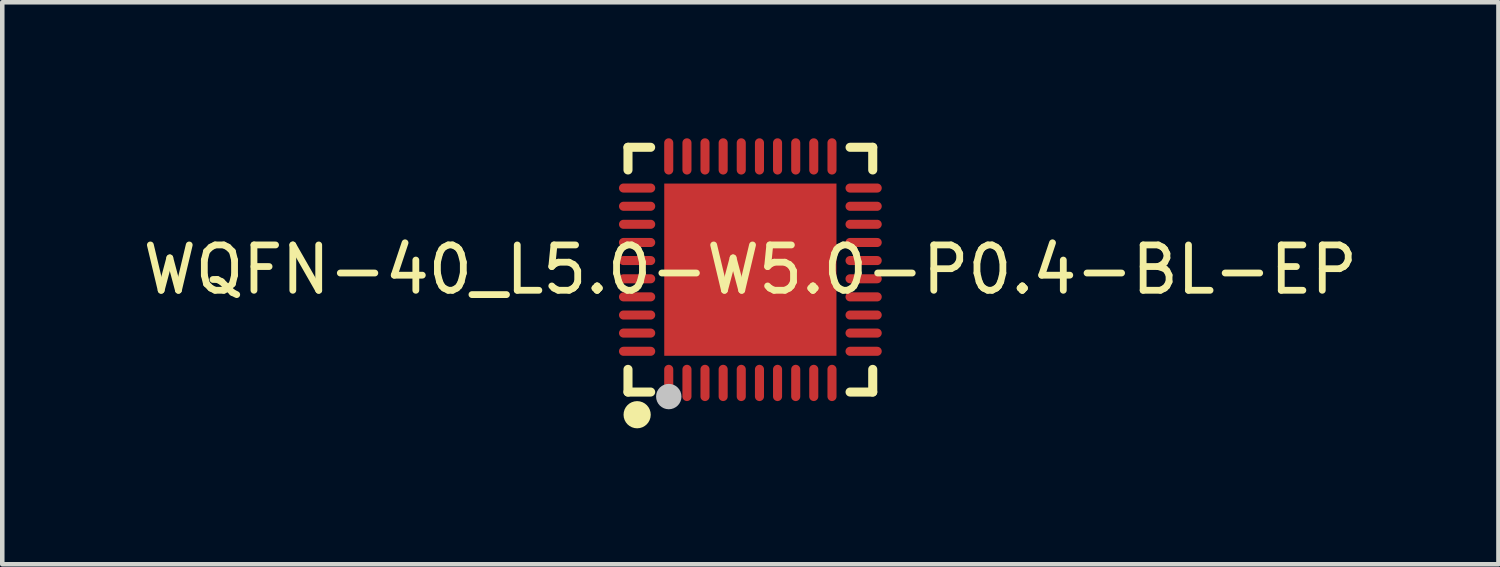
<source format=kicad_pcb>
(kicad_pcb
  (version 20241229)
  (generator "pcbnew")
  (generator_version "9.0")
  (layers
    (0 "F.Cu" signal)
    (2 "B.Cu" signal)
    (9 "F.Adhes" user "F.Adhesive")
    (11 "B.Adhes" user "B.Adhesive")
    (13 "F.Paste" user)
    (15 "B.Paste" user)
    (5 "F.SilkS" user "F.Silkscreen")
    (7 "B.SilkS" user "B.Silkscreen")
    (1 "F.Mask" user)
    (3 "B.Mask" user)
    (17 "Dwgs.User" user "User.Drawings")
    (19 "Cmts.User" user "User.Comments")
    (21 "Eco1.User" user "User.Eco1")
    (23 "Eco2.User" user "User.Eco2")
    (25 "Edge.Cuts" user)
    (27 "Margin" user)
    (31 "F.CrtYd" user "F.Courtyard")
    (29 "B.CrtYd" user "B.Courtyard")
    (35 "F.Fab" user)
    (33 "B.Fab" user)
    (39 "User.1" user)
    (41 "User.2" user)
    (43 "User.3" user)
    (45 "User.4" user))
  (footprint "WQFN-40_L5.0-W5.0-P0.4-BL-EP"
    (layer "F.Cu")
    (at 13.506 2.9)
    (property "Reference" "WQFN-40_L5.0-W5.0-P0.4-BL-EP" (at 0 0 0) (layer "F.SilkS") (effects (font (size 1 1) (thickness 0.15))))
    (fp_line (start -2.7 -2.7) (end -2.7 -2.2) (stroke (width 0.2) (type default)) (layer "F.SilkS"))
    (fp_line (start -2.7 2.7) (end -2.7 2.2) (stroke (width 0.2) (type default)) (layer "F.SilkS"))
    (fp_line (start -2.2 -2.7) (end -2.7 -2.7) (stroke (width 0.2) (type default)) (layer "F.SilkS"))
    (fp_line (start -2.2 2.7) (end -2.7 2.7) (stroke (width 0.2) (type default)) (layer "F.SilkS"))
    (fp_line (start 2.7 -2.7) (end 2.2 -2.7) (stroke (width 0.2) (type default)) (layer "F.SilkS"))
    (fp_line (start 2.7 -2.2) (end 2.7 -2.7) (stroke (width 0.2) (type default)) (layer "F.SilkS"))
    (fp_line (start 2.7 2.2) (end 2.7 2.7) (stroke (width 0.2) (type default)) (layer "F.SilkS"))
    (fp_line (start 2.7 2.7) (end 2.2 2.7) (stroke (width 0.2) (type default)) (layer "F.SilkS"))
    (fp_arc (start -2.4965 3.0505) (mid -2.498 3.350507) (end -2.4995 3.0505) (stroke (width 0.3) (type default)) (layer "F.SilkS"))
    (fp_poly (pts (xy -1.52 -1.52) (xy -1.52 1.52) (xy 1.52 1.52) (xy 1.52 -1.52)) (stroke (width 0) (type default)) (fill yes) (layer "F.Paste"))
    (fp_poly (pts (xy -2.806 -1.101) (xy -2.812 -1.1) (xy -2.819 -1.099) (xy -2.825 -1.097) (xy -2.832 -1.095) (xy -2.837 -1.093) (xy -2.844 -1.091) (xy -2.849 -1.087) (xy -2.855 -1.084) (xy -2.86 -1.08) (xy -2.865 -1.076) (xy -2.87 -1.071) (xy -2.874 -1.067) (xy -2.878 -1.062) (xy -2.882 -1.056) (xy -2.886 -1.05) (xy -2.889 -1.045) (xy -2.892 -1.039) (xy -2.894 -1.033) (xy -2.896 -1.026) (xy -2.897 -1.02) (xy -2.898 -1.014) (xy -2.899 -1.008) (xy -2.9 -1.001) (xy -2.899 -0.994) (xy -2.898 -0.988) (xy -2.897 -0.982) (xy -2.896 -0.975) (xy -2.894 -0.969) (xy -2.892 -0.963) (xy -2.889 -0.957) (xy -2.886 -0.951) (xy -2.882 -0.945) (xy -2.878 -0.94) (xy -2.874 -0.935) (xy -2.87 -0.93) (xy -2.865 -0.925) (xy -2.86 -0.921) (xy -2.855 -0.917) (xy -2.849 -0.914) (xy -2.844 -0.911) (xy -2.837 -0.908) (xy -2.832 -0.906) (xy -2.825 -0.904) (xy -2.819 -0.902) (xy -2.812 -0.901) (xy -2.806 -0.901) (xy -2.8 -0.901) (xy -2.2 -0.901) (xy -2.193 -0.901) (xy -2.187 -0.901) (xy -2.18 -0.902) (xy -2.174 -0.904) (xy -2.167 -0.906) (xy -2.161 -0.908) (xy -2.155 -0.911) (xy -2.15 -0.914) (xy -2.144 -0.917) (xy -2.139 -0.921) (xy -2.134 -0.925) (xy -2.128 -0.93) (xy -2.124 -0.935) (xy -2.12 -0.94) (xy -2.116 -0.945) (xy -2.112 -0.951) (xy -2.11 -0.957) (xy -2.107 -0.963) (xy -2.104 -0.969) (xy -2.103 -0.975) (xy -2.102 -0.982) (xy -2.1 -0.988) (xy -2.099 -0.994) (xy -2.099 -1.001) (xy -2.099 -1.008) (xy -2.1 -1.014) (xy -2.102 -1.02) (xy -2.103 -1.026) (xy -2.104 -1.033) (xy -2.107 -1.039) (xy -2.11 -1.045) (xy -2.112 -1.051) (xy -2.116 -1.056) (xy -2.12 -1.062) (xy -2.124 -1.067) (xy -2.128 -1.071) (xy -2.134 -1.076) (xy -2.139 -1.08) (xy -2.144 -1.084) (xy -2.15 -1.087) (xy -2.155 -1.091) (xy -2.161 -1.093) (xy -2.167 -1.095) (xy -2.174 -1.097) (xy -2.18 -1.099) (xy -2.187 -1.1) (xy -2.193 -1.101) (xy -2.2 -1.101) (xy -2.8 -1.101)) (stroke (width 0) (type default)) (fill yes) (layer "F.Paste"))
    (fp_poly (pts (xy -2.806 -0.3) (xy -2.812 -0.3) (xy -2.819 -0.298) (xy -2.825 -0.297) (xy -2.832 -0.295) (xy -2.837 -0.293) (xy -2.844 -0.29) (xy -2.849 -0.287) (xy -2.855 -0.284) (xy -2.86 -0.28) (xy -2.865 -0.276) (xy -2.87 -0.272) (xy -2.874 -0.267) (xy -2.878 -0.262) (xy -2.882 -0.256) (xy -2.886 -0.251) (xy -2.889 -0.245) (xy -2.892 -0.239) (xy -2.894 -0.233) (xy -2.896 -0.227) (xy -2.897 -0.22) (xy -2.898 -0.213) (xy -2.899 -0.207) (xy -2.9 -0.201) (xy -2.899 -0.194) (xy -2.898 -0.188) (xy -2.897 -0.181) (xy -2.896 -0.175) (xy -2.894 -0.169) (xy -2.892 -0.163) (xy -2.889 -0.157) (xy -2.886 -0.15) (xy -2.882 -0.145) (xy -2.878 -0.14) (xy -2.874 -0.135) (xy -2.87 -0.13) (xy -2.865 -0.126) (xy -2.86 -0.121) (xy -2.855 -0.117) (xy -2.849 -0.114) (xy -2.844 -0.111) (xy -2.837 -0.108) (xy -2.832 -0.106) (xy -2.825 -0.104) (xy -2.819 -0.102) (xy -2.812 -0.102) (xy -2.806 -0.101) (xy -2.8 -0.101) (xy -2.2 -0.101) (xy -2.193 -0.101) (xy -2.187 -0.102) (xy -2.18 -0.102) (xy -2.174 -0.104) (xy -2.167 -0.106) (xy -2.161 -0.108) (xy -2.155 -0.111) (xy -2.15 -0.114) (xy -2.144 -0.117) (xy -2.139 -0.121) (xy -2.134 -0.126) (xy -2.128 -0.13) (xy -2.124 -0.135) (xy -2.12 -0.14) (xy -2.116 -0.145) (xy -2.112 -0.15) (xy -2.11 -0.157) (xy -2.107 -0.163) (xy -2.104 -0.169) (xy -2.103 -0.175) (xy -2.102 -0.181) (xy -2.1 -0.188) (xy -2.099 -0.194) (xy -2.099 -0.201) (xy -2.099 -0.207) (xy -2.1 -0.213) (xy -2.102 -0.22) (xy -2.103 -0.227) (xy -2.104 -0.233) (xy -2.107 -0.239) (xy -2.11 -0.245) (xy -2.112 -0.251) (xy -2.116 -0.256) (xy -2.12 -0.262) (xy -2.124 -0.267) (xy -2.128 -0.272) (xy -2.134 -0.276) (xy -2.139 -0.28) (xy -2.144 -0.284) (xy -2.15 -0.287) (xy -2.155 -0.29) (xy -2.161 -0.293) (xy -2.167 -0.295) (xy -2.174 -0.297) (xy -2.18 -0.298) (xy -2.187 -0.3) (xy -2.193 -0.3) (xy -2.2 -0.3) (xy -2.8 -0.3)) (stroke (width 0) (type default)) (fill yes) (layer "F.Paste"))
    (fp_poly (pts (xy -2.806 0.901) (xy -2.812 0.901) (xy -2.819 0.902) (xy -2.825 0.904) (xy -2.832 0.906) (xy -2.837 0.908) (xy -2.844 0.911) (xy -2.849 0.914) (xy -2.855 0.917) (xy -2.86 0.921) (xy -2.865 0.925) (xy -2.87 0.93) (xy -2.874 0.935) (xy -2.878 0.94) (xy -2.882 0.945) (xy -2.886 0.951) (xy -2.889 0.957) (xy -2.892 0.963) (xy -2.894 0.969) (xy -2.896 0.975) (xy -2.897 0.982) (xy -2.898 0.988) (xy -2.899 0.994) (xy -2.9 1.001) (xy -2.899 1.008) (xy -2.898 1.014) (xy -2.897 1.02) (xy -2.896 1.026) (xy -2.894 1.033) (xy -2.892 1.039) (xy -2.889 1.045) (xy -2.886 1.051) (xy -2.882 1.056) (xy -2.878 1.062) (xy -2.874 1.067) (xy -2.87 1.071) (xy -2.865 1.076) (xy -2.86 1.08) (xy -2.855 1.084) (xy -2.849 1.087) (xy -2.844 1.091) (xy -2.837 1.093) (xy -2.832 1.095) (xy -2.825 1.097) (xy -2.819 1.099) (xy -2.812 1.1) (xy -2.806 1.101) (xy -2.8 1.101) (xy -2.2 1.101) (xy -2.193 1.101) (xy -2.187 1.1) (xy -2.18 1.099) (xy -2.174 1.097) (xy -2.167 1.095) (xy -2.161 1.093) (xy -2.155 1.091) (xy -2.15 1.087) (xy -2.144 1.084) (xy -2.139 1.08) (xy -2.134 1.076) (xy -2.128 1.071) (xy -2.124 1.067) (xy -2.12 1.062) (xy -2.116 1.056) (xy -2.112 1.05) (xy -2.11 1.045) (xy -2.107 1.039) (xy -2.104 1.033) (xy -2.103 1.026) (xy -2.102 1.02) (xy -2.1 1.014) (xy -2.099 1.008) (xy -2.099 1.001) (xy -2.099 0.994) (xy -2.1 0.988) (xy -2.102 0.982) (xy -2.103 0.975) (xy -2.104 0.969) (xy -2.107 0.963) (xy -2.11 0.957) (xy -2.112 0.951) (xy -2.116 0.945) (xy -2.12 0.94) (xy -2.124 0.935) (xy -2.128 0.93) (xy -2.134 0.925) (xy -2.139 0.921) (xy -2.144 0.917) (xy -2.15 0.914) (xy -2.155 0.911) (xy -2.161 0.908) (xy -2.167 0.906) (xy -2.174 0.904) (xy -2.18 0.902) (xy -2.187 0.901) (xy -2.193 0.901) (xy -2.2 0.901) (xy -2.8 0.901)) (stroke (width 0) (type default)) (fill yes) (layer "F.Paste"))
    (fp_poly (pts (xy -2.806 1.701) (xy -2.812 1.702) (xy -2.819 1.703) (xy -2.825 1.704) (xy -2.832 1.706) (xy -2.837 1.708) (xy -2.844 1.711) (xy -2.849 1.714) (xy -2.855 1.718) (xy -2.86 1.722) (xy -2.865 1.726) (xy -2.87 1.73) (xy -2.874 1.735) (xy -2.878 1.74) (xy -2.882 1.746) (xy -2.886 1.751) (xy -2.889 1.756) (xy -2.892 1.762) (xy -2.894 1.768) (xy -2.896 1.775) (xy -2.897 1.782) (xy -2.898 1.788) (xy -2.899 1.794) (xy -2.9 1.801) (xy -2.899 1.808) (xy -2.898 1.814) (xy -2.897 1.821) (xy -2.896 1.827) (xy -2.894 1.833) (xy -2.892 1.839) (xy -2.889 1.845) (xy -2.886 1.851) (xy -2.882 1.857) (xy -2.878 1.861) (xy -2.874 1.867) (xy -2.87 1.871) (xy -2.865 1.876) (xy -2.86 1.88) (xy -2.855 1.884) (xy -2.849 1.887) (xy -2.844 1.891) (xy -2.837 1.893) (xy -2.832 1.895) (xy -2.825 1.897) (xy -2.819 1.899) (xy -2.812 1.9) (xy -2.806 1.901) (xy -2.8 1.901) (xy -2.2 1.901) (xy -2.193 1.901) (xy -2.187 1.9) (xy -2.18 1.899) (xy -2.174 1.897) (xy -2.167 1.895) (xy -2.161 1.893) (xy -2.155 1.891) (xy -2.15 1.887) (xy -2.144 1.884) (xy -2.139 1.88) (xy -2.134 1.876) (xy -2.128 1.871) (xy -2.124 1.867) (xy -2.12 1.861) (xy -2.116 1.857) (xy -2.112 1.851) (xy -2.11 1.845) (xy -2.107 1.839) (xy -2.104 1.833) (xy -2.103 1.827) (xy -2.102 1.821) (xy -2.1 1.814) (xy -2.099 1.808) (xy -2.099 1.801) (xy -2.099 1.794) (xy -2.1 1.788) (xy -2.102 1.782) (xy -2.103 1.775) (xy -2.104 1.768) (xy -2.107 1.762) (xy -2.11 1.756) (xy -2.112 1.751) (xy -2.116 1.746) (xy -2.12 1.74) (xy -2.124 1.735) (xy -2.128 1.73) (xy -2.134 1.726) (xy -2.139 1.722) (xy -2.144 1.718) (xy -2.15 1.714) (xy -2.155 1.711) (xy -2.161 1.708) (xy -2.167 1.706) (xy -2.174 1.704) (xy -2.18 1.703) (xy -2.187 1.702) (xy -2.193 1.701) (xy -2.2 1.701) (xy -2.8 1.701)) (stroke (width 0) (type default)) (fill yes) (layer "F.Paste"))
    (fp_poly (pts (xy -2.187 -1.9) (xy -2.193 -1.901) (xy -2.2 -1.901) (xy -2.8 -1.901) (xy -2.806 -1.901) (xy -2.812 -1.9) (xy -2.819 -1.899) (xy -2.825 -1.897) (xy -2.832 -1.895) (xy -2.837 -1.893) (xy -2.844 -1.891) (xy -2.849 -1.887) (xy -2.855 -1.884) (xy -2.86 -1.88) (xy -2.865 -1.876) (xy -2.87 -1.871) (xy -2.874 -1.867) (xy -2.878 -1.861) (xy -2.882 -1.857) (xy -2.886 -1.851) (xy -2.889 -1.845) (xy -2.892 -1.839) (xy -2.894 -1.833) (xy -2.896 -1.827) (xy -2.897 -1.821) (xy -2.898 -1.814) (xy -2.899 -1.808) (xy -2.9 -1.801) (xy -2.899 -1.794) (xy -2.898 -1.788) (xy -2.897 -1.782) (xy -2.896 -1.775) (xy -2.894 -1.768) (xy -2.892 -1.762) (xy -2.889 -1.756) (xy -2.886 -1.751) (xy -2.882 -1.746) (xy -2.878 -1.74) (xy -2.874 -1.735) (xy -2.87 -1.73) (xy -2.865 -1.726) (xy -2.86 -1.722) (xy -2.855 -1.718) (xy -2.849 -1.714) (xy -2.844 -1.711) (xy -2.837 -1.708) (xy -2.832 -1.706) (xy -2.825 -1.704) (xy -2.819 -1.703) (xy -2.812 -1.702) (xy -2.806 -1.701) (xy -2.8 -1.701) (xy -2.2 -1.701) (xy -2.193 -1.701) (xy -2.187 -1.702) (xy -2.18 -1.703) (xy -2.174 -1.704) (xy -2.167 -1.706) (xy -2.161 -1.708) (xy -2.155 -1.711) (xy -2.15 -1.714) (xy -2.144 -1.718) (xy -2.139 -1.722) (xy -2.134 -1.726) (xy -2.128 -1.73) (xy -2.124 -1.735) (xy -2.12 -1.74) (xy -2.116 -1.746) (xy -2.112 -1.751) (xy -2.11 -1.756) (xy -2.107 -1.762) (xy -2.104 -1.768) (xy -2.103 -1.775) (xy -2.102 -1.782) (xy -2.1 -1.788) (xy -2.099 -1.794) (xy -2.099 -1.801) (xy -2.099 -1.808) (xy -2.1 -1.814) (xy -2.102 -1.821) (xy -2.103 -1.827) (xy -2.104 -1.833) (xy -2.107 -1.839) (xy -2.11 -1.845) (xy -2.112 -1.851) (xy -2.116 -1.857) (xy -2.12 -1.861) (xy -2.124 -1.867) (xy -2.128 -1.871) (xy -2.134 -1.876) (xy -2.139 -1.88) (xy -2.144 -1.884) (xy -2.15 -1.887) (xy -2.155 -1.891) (xy -2.161 -1.893) (xy -2.167 -1.895) (xy -2.174 -1.897) (xy -2.18 -1.899)) (stroke (width 0) (type default)) (fill yes) (layer "F.Paste"))
    (fp_poly (pts (xy -2.187 -1.498) (xy -2.193 -1.5) (xy -2.2 -1.5) (xy -2.8 -1.5) (xy -2.806 -1.5) (xy -2.812 -1.498) (xy -2.819 -1.498) (xy -2.825 -1.496) (xy -2.832 -1.494) (xy -2.837 -1.492) (xy -2.844 -1.489) (xy -2.849 -1.486) (xy -2.855 -1.482) (xy -2.86 -1.479) (xy -2.865 -1.474) (xy -2.87 -1.47) (xy -2.874 -1.466) (xy -2.878 -1.46) (xy -2.882 -1.455) (xy -2.886 -1.45) (xy -2.889 -1.444) (xy -2.892 -1.438) (xy -2.894 -1.431) (xy -2.896 -1.425) (xy -2.897 -1.419) (xy -2.898 -1.413) (xy -2.899 -1.406) (xy -2.9 -1.399) (xy -2.899 -1.393) (xy -2.898 -1.387) (xy -2.897 -1.38) (xy -2.896 -1.373) (xy -2.894 -1.367) (xy -2.892 -1.361) (xy -2.889 -1.355) (xy -2.886 -1.349) (xy -2.882 -1.344) (xy -2.878 -1.339) (xy -2.874 -1.333) (xy -2.87 -1.329) (xy -2.865 -1.325) (xy -2.86 -1.32) (xy -2.855 -1.317) (xy -2.849 -1.313) (xy -2.844 -1.31) (xy -2.837 -1.307) (xy -2.832 -1.305) (xy -2.825 -1.303) (xy -2.819 -1.302) (xy -2.812 -1.3) (xy -2.806 -1.3) (xy -2.8 -1.3) (xy -2.2 -1.3) (xy -2.193 -1.3) (xy -2.187 -1.3) (xy -2.18 -1.302) (xy -2.174 -1.303) (xy -2.167 -1.305) (xy -2.161 -1.307) (xy -2.155 -1.31) (xy -2.15 -1.313) (xy -2.144 -1.317) (xy -2.139 -1.32) (xy -2.134 -1.325) (xy -2.128 -1.329) (xy -2.124 -1.333) (xy -2.12 -1.339) (xy -2.116 -1.344) (xy -2.112 -1.349) (xy -2.11 -1.355) (xy -2.107 -1.361) (xy -2.104 -1.367) (xy -2.103 -1.373) (xy -2.102 -1.38) (xy -2.1 -1.387) (xy -2.099 -1.393) (xy -2.099 -1.399) (xy -2.099 -1.406) (xy -2.1 -1.413) (xy -2.102 -1.419) (xy -2.103 -1.425) (xy -2.104 -1.431) (xy -2.107 -1.438) (xy -2.11 -1.444) (xy -2.112 -1.45) (xy -2.116 -1.455) (xy -2.12 -1.46) (xy -2.124 -1.466) (xy -2.128 -1.47) (xy -2.134 -1.474) (xy -2.139 -1.479) (xy -2.144 -1.482) (xy -2.15 -1.486) (xy -2.155 -1.489) (xy -2.161 -1.492) (xy -2.167 -1.494) (xy -2.174 -1.496) (xy -2.18 -1.498)) (stroke (width 0) (type default)) (fill yes) (layer "F.Paste"))
    (fp_poly (pts (xy -2.187 -0.699) (xy -2.193 -0.699) (xy -2.2 -0.7) (xy -2.8 -0.7) (xy -2.806 -0.699) (xy -2.812 -0.699) (xy -2.819 -0.698) (xy -2.825 -0.696) (xy -2.832 -0.694) (xy -2.837 -0.692) (xy -2.844 -0.689) (xy -2.849 -0.686) (xy -2.855 -0.682) (xy -2.86 -0.679) (xy -2.865 -0.674) (xy -2.87 -0.67) (xy -2.874 -0.665) (xy -2.878 -0.66) (xy -2.882 -0.655) (xy -2.886 -0.649) (xy -2.889 -0.643) (xy -2.892 -0.637) (xy -2.894 -0.631) (xy -2.896 -0.625) (xy -2.897 -0.619) (xy -2.898 -0.613) (xy -2.899 -0.606) (xy -2.9 -0.6) (xy -2.899 -0.593) (xy -2.898 -0.587) (xy -2.897 -0.58) (xy -2.896 -0.574) (xy -2.894 -0.568) (xy -2.892 -0.561) (xy -2.889 -0.555) (xy -2.886 -0.549) (xy -2.882 -0.544) (xy -2.878 -0.538) (xy -2.874 -0.533) (xy -2.87 -0.528) (xy -2.865 -0.524) (xy -2.86 -0.52) (xy -2.855 -0.516) (xy -2.849 -0.513) (xy -2.844 -0.51) (xy -2.837 -0.507) (xy -2.832 -0.504) (xy -2.825 -0.503) (xy -2.819 -0.501) (xy -2.812 -0.5) (xy -2.806 -0.499) (xy -2.8 -0.499) (xy -2.2 -0.499) (xy -2.193 -0.499) (xy -2.187 -0.5) (xy -2.18 -0.501) (xy -2.174 -0.503) (xy -2.167 -0.504) (xy -2.161 -0.507) (xy -2.155 -0.51) (xy -2.15 -0.513) (xy -2.144 -0.516) (xy -2.139 -0.52) (xy -2.134 -0.524) (xy -2.128 -0.528) (xy -2.124 -0.533) (xy -2.12 -0.538) (xy -2.116 -0.544) (xy -2.112 -0.549) (xy -2.11 -0.555) (xy -2.107 -0.561) (xy -2.104 -0.568) (xy -2.103 -0.574) (xy -2.102 -0.58) (xy -2.1 -0.587) (xy -2.099 -0.593) (xy -2.099 -0.6) (xy -2.099 -0.606) (xy -2.1 -0.613) (xy -2.102 -0.619) (xy -2.103 -0.625) (xy -2.104 -0.631) (xy -2.107 -0.637) (xy -2.11 -0.643) (xy -2.112 -0.649) (xy -2.116 -0.655) (xy -2.12 -0.66) (xy -2.124 -0.665) (xy -2.128 -0.67) (xy -2.134 -0.674) (xy -2.139 -0.679) (xy -2.144 -0.682) (xy -2.15 -0.686) (xy -2.155 -0.689) (xy -2.161 -0.692) (xy -2.167 -0.694) (xy -2.174 -0.696) (xy -2.18 -0.698)) (stroke (width 0) (type default)) (fill yes) (layer "F.Paste"))
    (fp_poly (pts (xy -2.187 0.102) (xy -2.193 0.101) (xy -2.2 0.101) (xy -2.8 0.101) (xy -2.806 0.101) (xy -2.812 0.102) (xy -2.819 0.102) (xy -2.825 0.104) (xy -2.832 0.106) (xy -2.837 0.108) (xy -2.844 0.111) (xy -2.849 0.114) (xy -2.855 0.117) (xy -2.86 0.121) (xy -2.865 0.126) (xy -2.87 0.13) (xy -2.874 0.135) (xy -2.878 0.14) (xy -2.882 0.145) (xy -2.886 0.15) (xy -2.889 0.157) (xy -2.892 0.163) (xy -2.894 0.169) (xy -2.896 0.175) (xy -2.897 0.181) (xy -2.898 0.188) (xy -2.899 0.194) (xy -2.9 0.201) (xy -2.899 0.207) (xy -2.898 0.213) (xy -2.897 0.22) (xy -2.896 0.227) (xy -2.894 0.233) (xy -2.892 0.239) (xy -2.889 0.245) (xy -2.886 0.251) (xy -2.882 0.256) (xy -2.878 0.262) (xy -2.874 0.267) (xy -2.87 0.272) (xy -2.865 0.276) (xy -2.86 0.28) (xy -2.855 0.284) (xy -2.849 0.287) (xy -2.844 0.29) (xy -2.837 0.293) (xy -2.832 0.295) (xy -2.825 0.297) (xy -2.819 0.298) (xy -2.812 0.3) (xy -2.806 0.3) (xy -2.8 0.3) (xy -2.2 0.3) (xy -2.193 0.3) (xy -2.187 0.3) (xy -2.18 0.298) (xy -2.174 0.297) (xy -2.167 0.295) (xy -2.161 0.293) (xy -2.155 0.29) (xy -2.15 0.287) (xy -2.144 0.284) (xy -2.139 0.28) (xy -2.134 0.276) (xy -2.128 0.272) (xy -2.124 0.267) (xy -2.12 0.262) (xy -2.116 0.256) (xy -2.112 0.251) (xy -2.11 0.245) (xy -2.107 0.239) (xy -2.104 0.233) (xy -2.103 0.227) (xy -2.102 0.22) (xy -2.1 0.213) (xy -2.099 0.207) (xy -2.099 0.201) (xy -2.099 0.194) (xy -2.1 0.188) (xy -2.102 0.181) (xy -2.103 0.175) (xy -2.104 0.169) (xy -2.107 0.163) (xy -2.11 0.157) (xy -2.112 0.15) (xy -2.116 0.145) (xy -2.12 0.14) (xy -2.124 0.135) (xy -2.128 0.13) (xy -2.134 0.126) (xy -2.139 0.121) (xy -2.144 0.117) (xy -2.15 0.114) (xy -2.155 0.111) (xy -2.161 0.108) (xy -2.167 0.106) (xy -2.174 0.104) (xy -2.18 0.102)) (stroke (width 0) (type default)) (fill yes) (layer "F.Paste"))
    (fp_poly (pts (xy -2.187 0.5) (xy -2.193 0.499) (xy -2.2 0.499) (xy -2.8 0.499) (xy -2.806 0.499) (xy -2.812 0.5) (xy -2.819 0.501) (xy -2.825 0.503) (xy -2.832 0.504) (xy -2.837 0.507) (xy -2.844 0.51) (xy -2.849 0.513) (xy -2.855 0.516) (xy -2.86 0.52) (xy -2.865 0.524) (xy -2.87 0.528) (xy -2.874 0.533) (xy -2.878 0.538) (xy -2.882 0.544) (xy -2.886 0.549) (xy -2.889 0.555) (xy -2.892 0.561) (xy -2.894 0.568) (xy -2.896 0.574) (xy -2.897 0.58) (xy -2.898 0.587) (xy -2.899 0.593) (xy -2.9 0.6) (xy -2.899 0.606) (xy -2.898 0.613) (xy -2.897 0.619) (xy -2.896 0.625) (xy -2.894 0.631) (xy -2.892 0.637) (xy -2.889 0.643) (xy -2.886 0.649) (xy -2.882 0.655) (xy -2.878 0.66) (xy -2.874 0.665) (xy -2.87 0.67) (xy -2.865 0.674) (xy -2.86 0.679) (xy -2.855 0.682) (xy -2.849 0.686) (xy -2.844 0.689) (xy -2.837 0.692) (xy -2.832 0.694) (xy -2.825 0.696) (xy -2.819 0.698) (xy -2.812 0.699) (xy -2.806 0.699) (xy -2.8 0.7) (xy -2.2 0.7) (xy -2.193 0.699) (xy -2.187 0.699) (xy -2.18 0.698) (xy -2.174 0.696) (xy -2.167 0.694) (xy -2.161 0.692) (xy -2.155 0.689) (xy -2.15 0.686) (xy -2.144 0.682) (xy -2.139 0.679) (xy -2.134 0.674) (xy -2.128 0.67) (xy -2.124 0.665) (xy -2.12 0.66) (xy -2.116 0.655) (xy -2.112 0.649) (xy -2.11 0.643) (xy -2.107 0.637) (xy -2.104 0.631) (xy -2.103 0.625) (xy -2.102 0.619) (xy -2.1 0.613) (xy -2.099 0.606) (xy -2.099 0.6) (xy -2.099 0.593) (xy -2.1 0.587) (xy -2.102 0.58) (xy -2.103 0.574) (xy -2.104 0.568) (xy -2.107 0.561) (xy -2.11 0.555) (xy -2.112 0.549) (xy -2.116 0.544) (xy -2.12 0.538) (xy -2.124 0.533) (xy -2.128 0.528) (xy -2.134 0.524) (xy -2.139 0.52) (xy -2.144 0.516) (xy -2.15 0.513) (xy -2.155 0.51) (xy -2.161 0.507) (xy -2.167 0.504) (xy -2.174 0.503) (xy -2.18 0.501)) (stroke (width 0) (type default)) (fill yes) (layer "F.Paste"))
    (fp_poly (pts (xy -2.187 1.3) (xy -2.193 1.3) (xy -2.2 1.3) (xy -2.8 1.3) (xy -2.806 1.3) (xy -2.812 1.3) (xy -2.819 1.302) (xy -2.825 1.303) (xy -2.832 1.305) (xy -2.837 1.307) (xy -2.844 1.31) (xy -2.849 1.313) (xy -2.855 1.317) (xy -2.86 1.32) (xy -2.865 1.325) (xy -2.87 1.329) (xy -2.874 1.333) (xy -2.878 1.339) (xy -2.882 1.344) (xy -2.886 1.349) (xy -2.889 1.355) (xy -2.892 1.361) (xy -2.894 1.367) (xy -2.896 1.373) (xy -2.897 1.38) (xy -2.898 1.387) (xy -2.899 1.393) (xy -2.9 1.399) (xy -2.899 1.406) (xy -2.898 1.413) (xy -2.897 1.419) (xy -2.896 1.425) (xy -2.894 1.431) (xy -2.892 1.438) (xy -2.889 1.444) (xy -2.886 1.45) (xy -2.882 1.455) (xy -2.878 1.46) (xy -2.874 1.466) (xy -2.87 1.47) (xy -2.865 1.474) (xy -2.86 1.479) (xy -2.855 1.482) (xy -2.849 1.486) (xy -2.844 1.489) (xy -2.837 1.492) (xy -2.832 1.494) (xy -2.825 1.496) (xy -2.819 1.498) (xy -2.812 1.498) (xy -2.806 1.5) (xy -2.8 1.5) (xy -2.2 1.5) (xy -2.193 1.5) (xy -2.187 1.498) (xy -2.18 1.498) (xy -2.174 1.496) (xy -2.167 1.494) (xy -2.161 1.492) (xy -2.155 1.489) (xy -2.15 1.486) (xy -2.144 1.482) (xy -2.139 1.479) (xy -2.134 1.474) (xy -2.128 1.47) (xy -2.124 1.466) (xy -2.12 1.46) (xy -2.116 1.455) (xy -2.112 1.45) (xy -2.11 1.444) (xy -2.107 1.438) (xy -2.104 1.431) (xy -2.103 1.425) (xy -2.102 1.419) (xy -2.1 1.413) (xy -2.099 1.406) (xy -2.099 1.399) (xy -2.099 1.393) (xy -2.1 1.387) (xy -2.102 1.38) (xy -2.103 1.373) (xy -2.104 1.367) (xy -2.107 1.361) (xy -2.11 1.355) (xy -2.112 1.349) (xy -2.116 1.344) (xy -2.12 1.339) (xy -2.124 1.333) (xy -2.128 1.329) (xy -2.134 1.325) (xy -2.139 1.32) (xy -2.144 1.317) (xy -2.15 1.313) (xy -2.155 1.31) (xy -2.161 1.307) (xy -2.167 1.305) (xy -2.174 1.303) (xy -2.18 1.302)) (stroke (width 0) (type default)) (fill yes) (layer "F.Paste"))
    (fp_poly (pts (xy -1.788 -2.898) (xy -1.794 -2.899) (xy -1.801 -2.9) (xy -1.808 -2.899) (xy -1.814 -2.898) (xy -1.821 -2.897) (xy -1.827 -2.896) (xy -1.833 -2.894) (xy -1.839 -2.892) (xy -1.845 -2.889) (xy -1.851 -2.886) (xy -1.857 -2.882) (xy -1.861 -2.878) (xy -1.867 -2.874) (xy -1.871 -2.87) (xy -1.876 -2.865) (xy -1.88 -2.86) (xy -1.884 -2.855) (xy -1.887 -2.849) (xy -1.891 -2.844) (xy -1.893 -2.837) (xy -1.895 -2.832) (xy -1.897 -2.825) (xy -1.899 -2.819) (xy -1.9 -2.812) (xy -1.901 -2.806) (xy -1.901 -2.8) (xy -1.901 -2.2) (xy -1.901 -2.193) (xy -1.9 -2.187) (xy -1.899 -2.18) (xy -1.897 -2.174) (xy -1.895 -2.167) (xy -1.893 -2.161) (xy -1.891 -2.155) (xy -1.887 -2.15) (xy -1.884 -2.144) (xy -1.88 -2.139) (xy -1.876 -2.134) (xy -1.871 -2.128) (xy -1.867 -2.124) (xy -1.861 -2.12) (xy -1.857 -2.116) (xy -1.851 -2.112) (xy -1.845 -2.11) (xy -1.839 -2.107) (xy -1.833 -2.104) (xy -1.827 -2.103) (xy -1.821 -2.102) (xy -1.814 -2.1) (xy -1.808 -2.099) (xy -1.801 -2.099) (xy -1.794 -2.099) (xy -1.788 -2.1) (xy -1.782 -2.102) (xy -1.775 -2.103) (xy -1.768 -2.104) (xy -1.762 -2.107) (xy -1.756 -2.11) (xy -1.751 -2.112) (xy -1.746 -2.116) (xy -1.74 -2.12) (xy -1.735 -2.124) (xy -1.73 -2.128) (xy -1.726 -2.134) (xy -1.722 -2.139) (xy -1.718 -2.144) (xy -1.714 -2.15) (xy -1.711 -2.155) (xy -1.708 -2.161) (xy -1.706 -2.167) (xy -1.704 -2.174) (xy -1.703 -2.18) (xy -1.702 -2.187) (xy -1.701 -2.193) (xy -1.701 -2.2) (xy -1.701 -2.8) (xy -1.701 -2.806) (xy -1.702 -2.812) (xy -1.703 -2.819) (xy -1.704 -2.825) (xy -1.706 -2.832) (xy -1.708 -2.837) (xy -1.711 -2.844) (xy -1.714 -2.849) (xy -1.718 -2.855) (xy -1.722 -2.86) (xy -1.726 -2.865) (xy -1.73 -2.87) (xy -1.735 -2.874) (xy -1.74 -2.878) (xy -1.746 -2.882) (xy -1.751 -2.886) (xy -1.756 -2.889) (xy -1.762 -2.892) (xy -1.768 -2.894) (xy -1.775 -2.896) (xy -1.782 -2.897)) (stroke (width 0) (type default)) (fill yes) (layer "F.Paste"))
    (fp_poly (pts (xy -1.788 2.1) (xy -1.794 2.099) (xy -1.801 2.099) (xy -1.808 2.099) (xy -1.814 2.1) (xy -1.821 2.102) (xy -1.827 2.103) (xy -1.833 2.104) (xy -1.839 2.107) (xy -1.845 2.11) (xy -1.851 2.112) (xy -1.857 2.116) (xy -1.861 2.12) (xy -1.867 2.124) (xy -1.871 2.128) (xy -1.876 2.134) (xy -1.88 2.139) (xy -1.884 2.144) (xy -1.887 2.15) (xy -1.891 2.155) (xy -1.893 2.161) (xy -1.895 2.167) (xy -1.897 2.174) (xy -1.899 2.18) (xy -1.9 2.187) (xy -1.901 2.193) (xy -1.901 2.2) (xy -1.901 2.8) (xy -1.901 2.806) (xy -1.9 2.812) (xy -1.899 2.819) (xy -1.897 2.825) (xy -1.895 2.832) (xy -1.893 2.837) (xy -1.891 2.844) (xy -1.887 2.849) (xy -1.884 2.855) (xy -1.88 2.86) (xy -1.876 2.865) (xy -1.871 2.87) (xy -1.867 2.874) (xy -1.861 2.878) (xy -1.857 2.882) (xy -1.851 2.886) (xy -1.845 2.889) (xy -1.839 2.892) (xy -1.833 2.894) (xy -1.827 2.896) (xy -1.821 2.897) (xy -1.814 2.898) (xy -1.808 2.899) (xy -1.801 2.9) (xy -1.794 2.899) (xy -1.788 2.898) (xy -1.782 2.897) (xy -1.775 2.896) (xy -1.768 2.894) (xy -1.762 2.892) (xy -1.756 2.889) (xy -1.751 2.886) (xy -1.746 2.882) (xy -1.74 2.878) (xy -1.735 2.874) (xy -1.73 2.87) (xy -1.726 2.865) (xy -1.722 2.86) (xy -1.718 2.855) (xy -1.714 2.849) (xy -1.711 2.844) (xy -1.708 2.837) (xy -1.706 2.832) (xy -1.704 2.825) (xy -1.703 2.819) (xy -1.702 2.812) (xy -1.701 2.806) (xy -1.701 2.8) (xy -1.701 2.2) (xy -1.701 2.193) (xy -1.702 2.187) (xy -1.703 2.18) (xy -1.704 2.174) (xy -1.706 2.167) (xy -1.708 2.161) (xy -1.711 2.155) (xy -1.714 2.15) (xy -1.718 2.144) (xy -1.722 2.139) (xy -1.726 2.134) (xy -1.73 2.128) (xy -1.735 2.124) (xy -1.74 2.12) (xy -1.746 2.116) (xy -1.751 2.112) (xy -1.756 2.11) (xy -1.762 2.107) (xy -1.768 2.104) (xy -1.775 2.103) (xy -1.782 2.102)) (stroke (width 0) (type default)) (fill yes) (layer "F.Paste"))
    (fp_poly (pts (xy -1.387 -2.898) (xy -1.393 -2.899) (xy -1.399 -2.9) (xy -1.406 -2.899) (xy -1.413 -2.898) (xy -1.419 -2.897) (xy -1.425 -2.896) (xy -1.431 -2.894) (xy -1.438 -2.892) (xy -1.444 -2.889) (xy -1.45 -2.886) (xy -1.455 -2.882) (xy -1.46 -2.878) (xy -1.466 -2.874) (xy -1.47 -2.87) (xy -1.474 -2.865) (xy -1.479 -2.86) (xy -1.482 -2.855) (xy -1.486 -2.849) (xy -1.489 -2.844) (xy -1.492 -2.837) (xy -1.494 -2.832) (xy -1.496 -2.825) (xy -1.498 -2.819) (xy -1.498 -2.812) (xy -1.5 -2.806) (xy -1.5 -2.8) (xy -1.5 -2.2) (xy -1.5 -2.193) (xy -1.498 -2.187) (xy -1.498 -2.18) (xy -1.496 -2.174) (xy -1.494 -2.167) (xy -1.492 -2.161) (xy -1.489 -2.155) (xy -1.486 -2.15) (xy -1.482 -2.144) (xy -1.479 -2.139) (xy -1.474 -2.134) (xy -1.47 -2.128) (xy -1.466 -2.124) (xy -1.46 -2.12) (xy -1.455 -2.116) (xy -1.45 -2.112) (xy -1.444 -2.11) (xy -1.438 -2.107) (xy -1.431 -2.104) (xy -1.425 -2.103) (xy -1.419 -2.102) (xy -1.413 -2.1) (xy -1.406 -2.099) (xy -1.399 -2.099) (xy -1.393 -2.099) (xy -1.387 -2.1) (xy -1.38 -2.102) (xy -1.373 -2.103) (xy -1.367 -2.104) (xy -1.361 -2.107) (xy -1.355 -2.11) (xy -1.349 -2.112) (xy -1.344 -2.116) (xy -1.339 -2.12) (xy -1.333 -2.124) (xy -1.329 -2.128) (xy -1.325 -2.134) (xy -1.32 -2.139) (xy -1.317 -2.144) (xy -1.313 -2.15) (xy -1.31 -2.155) (xy -1.307 -2.161) (xy -1.305 -2.167) (xy -1.303 -2.174) (xy -1.302 -2.18) (xy -1.3 -2.187) (xy -1.3 -2.193) (xy -1.3 -2.2) (xy -1.3 -2.8) (xy -1.3 -2.806) (xy -1.3 -2.812) (xy -1.302 -2.819) (xy -1.303 -2.825) (xy -1.305 -2.832) (xy -1.307 -2.837) (xy -1.31 -2.844) (xy -1.313 -2.849) (xy -1.317 -2.855) (xy -1.32 -2.86) (xy -1.325 -2.865) (xy -1.329 -2.87) (xy -1.333 -2.874) (xy -1.339 -2.878) (xy -1.344 -2.882) (xy -1.349 -2.886) (xy -1.355 -2.889) (xy -1.361 -2.892) (xy -1.367 -2.894) (xy -1.373 -2.896) (xy -1.38 -2.897)) (stroke (width 0) (type default)) (fill yes) (layer "F.Paste"))
    (fp_poly (pts (xy -1.387 2.1) (xy -1.393 2.099) (xy -1.399 2.099) (xy -1.406 2.099) (xy -1.413 2.1) (xy -1.419 2.102) (xy -1.425 2.103) (xy -1.431 2.104) (xy -1.438 2.107) (xy -1.444 2.11) (xy -1.45 2.112) (xy -1.455 2.116) (xy -1.46 2.12) (xy -1.466 2.124) (xy -1.47 2.128) (xy -1.474 2.134) (xy -1.479 2.139) (xy -1.482 2.144) (xy -1.486 2.15) (xy -1.489 2.155) (xy -1.492 2.161) (xy -1.494 2.167) (xy -1.496 2.174) (xy -1.498 2.18) (xy -1.498 2.187) (xy -1.5 2.193) (xy -1.5 2.2) (xy -1.5 2.8) (xy -1.5 2.806) (xy -1.498 2.812) (xy -1.498 2.819) (xy -1.496 2.825) (xy -1.494 2.832) (xy -1.492 2.837) (xy -1.489 2.844) (xy -1.486 2.849) (xy -1.482 2.855) (xy -1.479 2.86) (xy -1.474 2.865) (xy -1.47 2.87) (xy -1.466 2.874) (xy -1.46 2.878) (xy -1.455 2.882) (xy -1.45 2.886) (xy -1.444 2.889) (xy -1.438 2.892) (xy -1.431 2.894) (xy -1.425 2.896) (xy -1.419 2.897) (xy -1.413 2.898) (xy -1.406 2.899) (xy -1.399 2.9) (xy -1.393 2.899) (xy -1.387 2.898) (xy -1.38 2.897) (xy -1.373 2.896) (xy -1.367 2.894) (xy -1.361 2.892) (xy -1.355 2.889) (xy -1.349 2.886) (xy -1.344 2.882) (xy -1.339 2.878) (xy -1.333 2.874) (xy -1.329 2.87) (xy -1.325 2.865) (xy -1.32 2.86) (xy -1.317 2.855) (xy -1.313 2.849) (xy -1.31 2.844) (xy -1.307 2.837) (xy -1.305 2.832) (xy -1.303 2.825) (xy -1.302 2.819) (xy -1.3 2.812) (xy -1.3 2.806) (xy -1.3 2.8) (xy -1.3 2.2) (xy -1.3 2.193) (xy -1.3 2.187) (xy -1.302 2.18) (xy -1.303 2.174) (xy -1.305 2.167) (xy -1.307 2.161) (xy -1.31 2.155) (xy -1.313 2.15) (xy -1.317 2.144) (xy -1.32 2.139) (xy -1.325 2.134) (xy -1.329 2.128) (xy -1.333 2.124) (xy -1.339 2.12) (xy -1.344 2.116) (xy -1.349 2.112) (xy -1.355 2.11) (xy -1.361 2.107) (xy -1.367 2.104) (xy -1.373 2.103) (xy -1.38 2.102)) (stroke (width 0) (type default)) (fill yes) (layer "F.Paste"))
    (fp_poly (pts (xy -0.988 -2.898) (xy -0.994 -2.899) (xy -1.001 -2.9) (xy -1.008 -2.899) (xy -1.014 -2.898) (xy -1.02 -2.897) (xy -1.026 -2.896) (xy -1.033 -2.894) (xy -1.039 -2.892) (xy -1.045 -2.889) (xy -1.051 -2.886) (xy -1.056 -2.882) (xy -1.062 -2.878) (xy -1.067 -2.874) (xy -1.071 -2.87) (xy -1.076 -2.865) (xy -1.08 -2.86) (xy -1.084 -2.855) (xy -1.087 -2.849) (xy -1.091 -2.844) (xy -1.093 -2.837) (xy -1.095 -2.832) (xy -1.097 -2.825) (xy -1.099 -2.819) (xy -1.1 -2.812) (xy -1.101 -2.806) (xy -1.101 -2.8) (xy -1.101 -2.2) (xy -1.101 -2.193) (xy -1.1 -2.187) (xy -1.099 -2.18) (xy -1.097 -2.174) (xy -1.095 -2.167) (xy -1.093 -2.161) (xy -1.091 -2.155) (xy -1.087 -2.15) (xy -1.084 -2.144) (xy -1.08 -2.139) (xy -1.076 -2.134) (xy -1.071 -2.128) (xy -1.067 -2.124) (xy -1.062 -2.12) (xy -1.056 -2.116) (xy -1.05 -2.112) (xy -1.045 -2.11) (xy -1.039 -2.107) (xy -1.033 -2.104) (xy -1.026 -2.103) (xy -1.02 -2.102) (xy -1.014 -2.1) (xy -1.008 -2.099) (xy -1.001 -2.099) (xy -0.994 -2.099) (xy -0.988 -2.1) (xy -0.982 -2.102) (xy -0.975 -2.103) (xy -0.969 -2.104) (xy -0.963 -2.107) (xy -0.957 -2.11) (xy -0.951 -2.112) (xy -0.945 -2.116) (xy -0.94 -2.12) (xy -0.935 -2.124) (xy -0.93 -2.128) (xy -0.925 -2.134) (xy -0.921 -2.139) (xy -0.917 -2.144) (xy -0.914 -2.15) (xy -0.911 -2.155) (xy -0.908 -2.161) (xy -0.906 -2.167) (xy -0.904 -2.174) (xy -0.902 -2.18) (xy -0.901 -2.187) (xy -0.901 -2.193) (xy -0.901 -2.2) (xy -0.901 -2.8) (xy -0.901 -2.806) (xy -0.901 -2.812) (xy -0.902 -2.819) (xy -0.904 -2.825) (xy -0.906 -2.832) (xy -0.908 -2.837) (xy -0.911 -2.844) (xy -0.914 -2.849) (xy -0.917 -2.855) (xy -0.921 -2.86) (xy -0.925 -2.865) (xy -0.93 -2.87) (xy -0.935 -2.874) (xy -0.94 -2.878) (xy -0.945 -2.882) (xy -0.951 -2.886) (xy -0.957 -2.889) (xy -0.963 -2.892) (xy -0.969 -2.894) (xy -0.975 -2.896) (xy -0.982 -2.897)) (stroke (width 0) (type default)) (fill yes) (layer "F.Paste"))
    (fp_poly (pts (xy -0.988 2.1) (xy -0.994 2.099) (xy -1.001 2.099) (xy -1.008 2.099) (xy -1.014 2.1) (xy -1.02 2.102) (xy -1.026 2.103) (xy -1.033 2.104) (xy -1.039 2.107) (xy -1.045 2.11) (xy -1.051 2.112) (xy -1.056 2.116) (xy -1.062 2.12) (xy -1.067 2.124) (xy -1.071 2.128) (xy -1.076 2.134) (xy -1.08 2.139) (xy -1.084 2.144) (xy -1.087 2.15) (xy -1.091 2.155) (xy -1.093 2.161) (xy -1.095 2.167) (xy -1.097 2.174) (xy -1.099 2.18) (xy -1.1 2.187) (xy -1.101 2.193) (xy -1.101 2.2) (xy -1.101 2.8) (xy -1.101 2.806) (xy -1.1 2.812) (xy -1.099 2.819) (xy -1.097 2.825) (xy -1.095 2.832) (xy -1.093 2.837) (xy -1.091 2.844) (xy -1.087 2.849) (xy -1.084 2.855) (xy -1.08 2.86) (xy -1.076 2.865) (xy -1.071 2.87) (xy -1.067 2.874) (xy -1.062 2.878) (xy -1.056 2.882) (xy -1.05 2.886) (xy -1.045 2.889) (xy -1.039 2.892) (xy -1.033 2.894) (xy -1.026 2.896) (xy -1.02 2.897) (xy -1.014 2.898) (xy -1.008 2.899) (xy -1.001 2.9) (xy -0.994 2.899) (xy -0.988 2.898) (xy -0.982 2.897) (xy -0.975 2.896) (xy -0.969 2.894) (xy -0.963 2.892) (xy -0.957 2.889) (xy -0.951 2.886) (xy -0.945 2.882) (xy -0.94 2.878) (xy -0.935 2.874) (xy -0.93 2.87) (xy -0.925 2.865) (xy -0.921 2.86) (xy -0.917 2.855) (xy -0.914 2.849) (xy -0.911 2.844) (xy -0.908 2.837) (xy -0.906 2.832) (xy -0.904 2.825) (xy -0.902 2.819) (xy -0.901 2.812) (xy -0.901 2.806) (xy -0.901 2.8) (xy -0.901 2.2) (xy -0.901 2.193) (xy -0.901 2.187) (xy -0.902 2.18) (xy -0.904 2.174) (xy -0.906 2.167) (xy -0.908 2.161) (xy -0.911 2.155) (xy -0.914 2.15) (xy -0.917 2.144) (xy -0.921 2.139) (xy -0.925 2.134) (xy -0.93 2.128) (xy -0.935 2.124) (xy -0.94 2.12) (xy -0.945 2.116) (xy -0.951 2.112) (xy -0.957 2.11) (xy -0.963 2.107) (xy -0.969 2.104) (xy -0.975 2.103) (xy -0.982 2.102)) (stroke (width 0) (type default)) (fill yes) (layer "F.Paste"))
    (fp_poly (pts (xy -0.587 -2.898) (xy -0.593 -2.899) (xy -0.6 -2.9) (xy -0.606 -2.899) (xy -0.613 -2.898) (xy -0.619 -2.897) (xy -0.625 -2.896) (xy -0.631 -2.894) (xy -0.637 -2.892) (xy -0.643 -2.889) (xy -0.649 -2.886) (xy -0.655 -2.882) (xy -0.66 -2.878) (xy -0.665 -2.874) (xy -0.67 -2.87) (xy -0.674 -2.865) (xy -0.679 -2.86) (xy -0.682 -2.855) (xy -0.686 -2.849) (xy -0.689 -2.844) (xy -0.692 -2.837) (xy -0.694 -2.832) (xy -0.696 -2.825) (xy -0.698 -2.819) (xy -0.699 -2.812) (xy -0.699 -2.806) (xy -0.7 -2.8) (xy -0.7 -2.2) (xy -0.699 -2.193) (xy -0.699 -2.187) (xy -0.698 -2.18) (xy -0.696 -2.174) (xy -0.694 -2.167) (xy -0.692 -2.161) (xy -0.689 -2.155) (xy -0.686 -2.15) (xy -0.682 -2.144) (xy -0.679 -2.139) (xy -0.674 -2.134) (xy -0.67 -2.128) (xy -0.665 -2.124) (xy -0.66 -2.12) (xy -0.655 -2.116) (xy -0.649 -2.112) (xy -0.643 -2.11) (xy -0.637 -2.107) (xy -0.631 -2.104) (xy -0.625 -2.103) (xy -0.619 -2.102) (xy -0.613 -2.1) (xy -0.606 -2.099) (xy -0.6 -2.099) (xy -0.593 -2.099) (xy -0.587 -2.1) (xy -0.58 -2.102) (xy -0.574 -2.103) (xy -0.568 -2.104) (xy -0.561 -2.107) (xy -0.555 -2.11) (xy -0.549 -2.112) (xy -0.544 -2.116) (xy -0.538 -2.12) (xy -0.533 -2.124) (xy -0.528 -2.128) (xy -0.524 -2.134) (xy -0.52 -2.139) (xy -0.516 -2.144) (xy -0.513 -2.15) (xy -0.51 -2.155) (xy -0.507 -2.161) (xy -0.504 -2.167) (xy -0.503 -2.174) (xy -0.501 -2.18) (xy -0.5 -2.187) (xy -0.499 -2.193) (xy -0.499 -2.2) (xy -0.499 -2.8) (xy -0.499 -2.806) (xy -0.5 -2.812) (xy -0.501 -2.819) (xy -0.503 -2.825) (xy -0.504 -2.832) (xy -0.507 -2.837) (xy -0.51 -2.844) (xy -0.513 -2.849) (xy -0.516 -2.855) (xy -0.52 -2.86) (xy -0.524 -2.865) (xy -0.528 -2.87) (xy -0.533 -2.874) (xy -0.538 -2.878) (xy -0.544 -2.882) (xy -0.549 -2.886) (xy -0.555 -2.889) (xy -0.561 -2.892) (xy -0.568 -2.894) (xy -0.574 -2.896) (xy -0.58 -2.897)) (stroke (width 0) (type default)) (fill yes) (layer "F.Paste"))
    (fp_poly (pts (xy -0.587 2.1) (xy -0.593 2.099) (xy -0.6 2.099) (xy -0.606 2.099) (xy -0.613 2.1) (xy -0.619 2.102) (xy -0.625 2.103) (xy -0.631 2.104) (xy -0.637 2.107) (xy -0.643 2.11) (xy -0.649 2.112) (xy -0.655 2.116) (xy -0.66 2.12) (xy -0.665 2.124) (xy -0.67 2.128) (xy -0.674 2.134) (xy -0.679 2.139) (xy -0.682 2.144) (xy -0.686 2.15) (xy -0.689 2.155) (xy -0.692 2.161) (xy -0.694 2.167) (xy -0.696 2.174) (xy -0.698 2.18) (xy -0.699 2.187) (xy -0.699 2.193) (xy -0.7 2.2) (xy -0.7 2.8) (xy -0.699 2.806) (xy -0.699 2.812) (xy -0.698 2.819) (xy -0.696 2.825) (xy -0.694 2.832) (xy -0.692 2.837) (xy -0.689 2.844) (xy -0.686 2.849) (xy -0.682 2.855) (xy -0.679 2.86) (xy -0.674 2.865) (xy -0.67 2.87) (xy -0.665 2.874) (xy -0.66 2.878) (xy -0.655 2.882) (xy -0.649 2.886) (xy -0.643 2.889) (xy -0.637 2.892) (xy -0.631 2.894) (xy -0.625 2.896) (xy -0.619 2.897) (xy -0.613 2.898) (xy -0.606 2.899) (xy -0.6 2.9) (xy -0.593 2.899) (xy -0.587 2.898) (xy -0.58 2.897) (xy -0.574 2.896) (xy -0.568 2.894) (xy -0.561 2.892) (xy -0.555 2.889) (xy -0.549 2.886) (xy -0.544 2.882) (xy -0.538 2.878) (xy -0.533 2.874) (xy -0.528 2.87) (xy -0.524 2.865) (xy -0.52 2.86) (xy -0.516 2.855) (xy -0.513 2.849) (xy -0.51 2.844) (xy -0.507 2.837) (xy -0.504 2.832) (xy -0.503 2.825) (xy -0.501 2.819) (xy -0.5 2.812) (xy -0.499 2.806) (xy -0.499 2.8) (xy -0.499 2.2) (xy -0.499 2.193) (xy -0.5 2.187) (xy -0.501 2.18) (xy -0.503 2.174) (xy -0.504 2.167) (xy -0.507 2.161) (xy -0.51 2.155) (xy -0.513 2.15) (xy -0.516 2.144) (xy -0.52 2.139) (xy -0.524 2.134) (xy -0.528 2.128) (xy -0.533 2.124) (xy -0.538 2.12) (xy -0.544 2.116) (xy -0.549 2.112) (xy -0.555 2.11) (xy -0.561 2.107) (xy -0.568 2.104) (xy -0.574 2.103) (xy -0.58 2.102)) (stroke (width 0) (type default)) (fill yes) (layer "F.Paste"))
    (fp_poly (pts (xy -0.188 -2.898) (xy -0.194 -2.899) (xy -0.201 -2.9) (xy -0.207 -2.899) (xy -0.213 -2.898) (xy -0.22 -2.897) (xy -0.227 -2.896) (xy -0.233 -2.894) (xy -0.239 -2.892) (xy -0.245 -2.889) (xy -0.251 -2.886) (xy -0.256 -2.882) (xy -0.262 -2.878) (xy -0.267 -2.874) (xy -0.272 -2.87) (xy -0.276 -2.865) (xy -0.28 -2.86) (xy -0.284 -2.855) (xy -0.287 -2.849) (xy -0.29 -2.844) (xy -0.293 -2.837) (xy -0.295 -2.832) (xy -0.297 -2.825) (xy -0.298 -2.819) (xy -0.3 -2.812) (xy -0.3 -2.806) (xy -0.3 -2.8) (xy -0.3 -2.2) (xy -0.3 -2.193) (xy -0.3 -2.187) (xy -0.298 -2.18) (xy -0.297 -2.174) (xy -0.295 -2.167) (xy -0.293 -2.161) (xy -0.29 -2.155) (xy -0.287 -2.15) (xy -0.284 -2.144) (xy -0.28 -2.139) (xy -0.276 -2.134) (xy -0.272 -2.128) (xy -0.267 -2.124) (xy -0.262 -2.12) (xy -0.256 -2.116) (xy -0.251 -2.112) (xy -0.245 -2.11) (xy -0.239 -2.107) (xy -0.233 -2.104) (xy -0.227 -2.103) (xy -0.22 -2.102) (xy -0.213 -2.1) (xy -0.207 -2.099) (xy -0.201 -2.099) (xy -0.194 -2.099) (xy -0.188 -2.1) (xy -0.181 -2.102) (xy -0.175 -2.103) (xy -0.169 -2.104) (xy -0.163 -2.107) (xy -0.157 -2.11) (xy -0.15 -2.112) (xy -0.145 -2.116) (xy -0.14 -2.12) (xy -0.135 -2.124) (xy -0.13 -2.128) (xy -0.126 -2.134) (xy -0.121 -2.139) (xy -0.117 -2.144) (xy -0.114 -2.15) (xy -0.111 -2.155) (xy -0.108 -2.161) (xy -0.106 -2.167) (xy -0.104 -2.174) (xy -0.102 -2.18) (xy -0.102 -2.187) (xy -0.101 -2.193) (xy -0.101 -2.2) (xy -0.101 -2.8) (xy -0.101 -2.806) (xy -0.102 -2.812) (xy -0.102 -2.819) (xy -0.104 -2.825) (xy -0.106 -2.832) (xy -0.108 -2.837) (xy -0.111 -2.844) (xy -0.114 -2.849) (xy -0.117 -2.855) (xy -0.121 -2.86) (xy -0.126 -2.865) (xy -0.13 -2.87) (xy -0.135 -2.874) (xy -0.14 -2.878) (xy -0.145 -2.882) (xy -0.15 -2.886) (xy -0.157 -2.889) (xy -0.163 -2.892) (xy -0.169 -2.894) (xy -0.175 -2.896) (xy -0.181 -2.897)) (stroke (width 0) (type default)) (fill yes) (layer "F.Paste"))
    (fp_poly (pts (xy -0.188 2.1) (xy -0.194 2.099) (xy -0.201 2.099) (xy -0.207 2.099) (xy -0.213 2.1) (xy -0.22 2.102) (xy -0.227 2.103) (xy -0.233 2.104) (xy -0.239 2.107) (xy -0.245 2.11) (xy -0.251 2.112) (xy -0.256 2.116) (xy -0.262 2.12) (xy -0.267 2.124) (xy -0.272 2.128) (xy -0.276 2.134) (xy -0.28 2.139) (xy -0.284 2.144) (xy -0.287 2.15) (xy -0.29 2.155) (xy -0.293 2.161) (xy -0.295 2.167) (xy -0.297 2.174) (xy -0.298 2.18) (xy -0.3 2.187) (xy -0.3 2.193) (xy -0.3 2.2) (xy -0.3 2.8) (xy -0.3 2.806) (xy -0.3 2.812) (xy -0.298 2.819) (xy -0.297 2.825) (xy -0.295 2.832) (xy -0.293 2.837) (xy -0.29 2.844) (xy -0.287 2.849) (xy -0.284 2.855) (xy -0.28 2.86) (xy -0.276 2.865) (xy -0.272 2.87) (xy -0.267 2.874) (xy -0.262 2.878) (xy -0.256 2.882) (xy -0.251 2.886) (xy -0.245 2.889) (xy -0.239 2.892) (xy -0.233 2.894) (xy -0.227 2.896) (xy -0.22 2.897) (xy -0.213 2.898) (xy -0.207 2.899) (xy -0.201 2.9) (xy -0.194 2.899) (xy -0.188 2.898) (xy -0.181 2.897) (xy -0.175 2.896) (xy -0.169 2.894) (xy -0.163 2.892) (xy -0.157 2.889) (xy -0.15 2.886) (xy -0.145 2.882) (xy -0.14 2.878) (xy -0.135 2.874) (xy -0.13 2.87) (xy -0.126 2.865) (xy -0.121 2.86) (xy -0.117 2.855) (xy -0.114 2.849) (xy -0.111 2.844) (xy -0.108 2.837) (xy -0.106 2.832) (xy -0.104 2.825) (xy -0.102 2.819) (xy -0.102 2.812) (xy -0.101 2.806) (xy -0.101 2.8) (xy -0.101 2.2) (xy -0.101 2.193) (xy -0.102 2.187) (xy -0.102 2.18) (xy -0.104 2.174) (xy -0.106 2.167) (xy -0.108 2.161) (xy -0.111 2.155) (xy -0.114 2.15) (xy -0.117 2.144) (xy -0.121 2.139) (xy -0.126 2.134) (xy -0.13 2.128) (xy -0.135 2.124) (xy -0.14 2.12) (xy -0.145 2.116) (xy -0.15 2.112) (xy -0.157 2.11) (xy -0.163 2.107) (xy -0.169 2.104) (xy -0.175 2.103) (xy -0.181 2.102)) (stroke (width 0) (type default)) (fill yes) (layer "F.Paste"))
    (fp_poly (pts (xy 0.213 -2.898) (xy 0.207 -2.899) (xy 0.201 -2.9) (xy 0.194 -2.899) (xy 0.188 -2.898) (xy 0.181 -2.897) (xy 0.175 -2.896) (xy 0.169 -2.894) (xy 0.163 -2.892) (xy 0.157 -2.889) (xy 0.15 -2.886) (xy 0.145 -2.882) (xy 0.14 -2.878) (xy 0.135 -2.874) (xy 0.13 -2.87) (xy 0.126 -2.865) (xy 0.121 -2.86) (xy 0.117 -2.855) (xy 0.114 -2.849) (xy 0.111 -2.844) (xy 0.108 -2.837) (xy 0.106 -2.832) (xy 0.104 -2.825) (xy 0.102 -2.819) (xy 0.102 -2.812) (xy 0.101 -2.806) (xy 0.101 -2.8) (xy 0.101 -2.2) (xy 0.101 -2.193) (xy 0.102 -2.187) (xy 0.102 -2.18) (xy 0.104 -2.174) (xy 0.106 -2.167) (xy 0.108 -2.161) (xy 0.111 -2.155) (xy 0.114 -2.15) (xy 0.117 -2.144) (xy 0.121 -2.139) (xy 0.126 -2.134) (xy 0.13 -2.128) (xy 0.135 -2.124) (xy 0.14 -2.12) (xy 0.145 -2.116) (xy 0.15 -2.112) (xy 0.157 -2.11) (xy 0.163 -2.107) (xy 0.169 -2.104) (xy 0.175 -2.103) (xy 0.181 -2.102) (xy 0.188 -2.1) (xy 0.194 -2.099) (xy 0.201 -2.099) (xy 0.207 -2.099) (xy 0.213 -2.1) (xy 0.22 -2.102) (xy 0.227 -2.103) (xy 0.233 -2.104) (xy 0.239 -2.107) (xy 0.245 -2.11) (xy 0.251 -2.112) (xy 0.256 -2.116) (xy 0.262 -2.12) (xy 0.267 -2.124) (xy 0.272 -2.128) (xy 0.276 -2.134) (xy 0.28 -2.139) (xy 0.284 -2.144) (xy 0.287 -2.15) (xy 0.29 -2.155) (xy 0.293 -2.161) (xy 0.295 -2.167) (xy 0.297 -2.174) (xy 0.298 -2.18) (xy 0.3 -2.187) (xy 0.3 -2.193) (xy 0.3 -2.2) (xy 0.3 -2.8) (xy 0.3 -2.806) (xy 0.3 -2.812) (xy 0.298 -2.819) (xy 0.297 -2.825) (xy 0.295 -2.832) (xy 0.293 -2.837) (xy 0.29 -2.844) (xy 0.287 -2.849) (xy 0.284 -2.855) (xy 0.28 -2.86) (xy 0.276 -2.865) (xy 0.272 -2.87) (xy 0.267 -2.874) (xy 0.262 -2.878) (xy 0.256 -2.882) (xy 0.251 -2.886) (xy 0.245 -2.889) (xy 0.239 -2.892) (xy 0.233 -2.894) (xy 0.227 -2.896) (xy 0.22 -2.897)) (stroke (width 0) (type default)) (fill yes) (layer "F.Paste"))
    (fp_poly (pts (xy 0.213 2.1) (xy 0.207 2.099) (xy 0.201 2.099) (xy 0.194 2.099) (xy 0.188 2.1) (xy 0.181 2.102) (xy 0.175 2.103) (xy 0.169 2.104) (xy 0.163 2.107) (xy 0.157 2.11) (xy 0.15 2.112) (xy 0.145 2.116) (xy 0.14 2.12) (xy 0.135 2.124) (xy 0.13 2.128) (xy 0.126 2.134) (xy 0.121 2.139) (xy 0.117 2.144) (xy 0.114 2.15) (xy 0.111 2.155) (xy 0.108 2.161) (xy 0.106 2.167) (xy 0.104 2.174) (xy 0.102 2.18) (xy 0.102 2.187) (xy 0.101 2.193) (xy 0.101 2.2) (xy 0.101 2.8) (xy 0.101 2.806) (xy 0.102 2.812) (xy 0.102 2.819) (xy 0.104 2.825) (xy 0.106 2.832) (xy 0.108 2.837) (xy 0.111 2.844) (xy 0.114 2.849) (xy 0.117 2.855) (xy 0.121 2.86) (xy 0.126 2.865) (xy 0.13 2.87) (xy 0.135 2.874) (xy 0.14 2.878) (xy 0.145 2.882) (xy 0.15 2.886) (xy 0.157 2.889) (xy 0.163 2.892) (xy 0.169 2.894) (xy 0.175 2.896) (xy 0.181 2.897) (xy 0.188 2.898) (xy 0.194 2.899) (xy 0.201 2.9) (xy 0.207 2.899) (xy 0.213 2.898) (xy 0.22 2.897) (xy 0.227 2.896) (xy 0.233 2.894) (xy 0.239 2.892) (xy 0.245 2.889) (xy 0.251 2.886) (xy 0.256 2.882) (xy 0.262 2.878) (xy 0.267 2.874) (xy 0.272 2.87) (xy 0.276 2.865) (xy 0.28 2.86) (xy 0.284 2.855) (xy 0.287 2.849) (xy 0.29 2.844) (xy 0.293 2.837) (xy 0.295 2.832) (xy 0.297 2.825) (xy 0.298 2.819) (xy 0.3 2.812) (xy 0.3 2.806) (xy 0.3 2.8) (xy 0.3 2.2) (xy 0.3 2.193) (xy 0.3 2.187) (xy 0.298 2.18) (xy 0.297 2.174) (xy 0.295 2.167) (xy 0.293 2.161) (xy 0.29 2.155) (xy 0.287 2.15) (xy 0.284 2.144) (xy 0.28 2.139) (xy 0.276 2.134) (xy 0.272 2.128) (xy 0.267 2.124) (xy 0.262 2.12) (xy 0.256 2.116) (xy 0.251 2.112) (xy 0.245 2.11) (xy 0.239 2.107) (xy 0.233 2.104) (xy 0.227 2.103) (xy 0.22 2.102)) (stroke (width 0) (type default)) (fill yes) (layer "F.Paste"))
    (fp_poly (pts (xy 0.613 -2.898) (xy 0.606 -2.899) (xy 0.6 -2.9) (xy 0.593 -2.899) (xy 0.587 -2.898) (xy 0.58 -2.897) (xy 0.574 -2.896) (xy 0.568 -2.894) (xy 0.561 -2.892) (xy 0.555 -2.889) (xy 0.549 -2.886) (xy 0.544 -2.882) (xy 0.538 -2.878) (xy 0.533 -2.874) (xy 0.528 -2.87) (xy 0.524 -2.865) (xy 0.52 -2.86) (xy 0.516 -2.855) (xy 0.513 -2.849) (xy 0.51 -2.844) (xy 0.507 -2.837) (xy 0.504 -2.832) (xy 0.503 -2.825) (xy 0.501 -2.819) (xy 0.5 -2.812) (xy 0.499 -2.806) (xy 0.499 -2.8) (xy 0.499 -2.2) (xy 0.499 -2.193) (xy 0.5 -2.187) (xy 0.501 -2.18) (xy 0.503 -2.174) (xy 0.504 -2.167) (xy 0.507 -2.161) (xy 0.51 -2.155) (xy 0.513 -2.15) (xy 0.516 -2.144) (xy 0.52 -2.139) (xy 0.524 -2.134) (xy 0.528 -2.128) (xy 0.533 -2.124) (xy 0.538 -2.12) (xy 0.544 -2.116) (xy 0.549 -2.112) (xy 0.555 -2.11) (xy 0.561 -2.107) (xy 0.568 -2.104) (xy 0.574 -2.103) (xy 0.58 -2.102) (xy 0.587 -2.1) (xy 0.593 -2.099) (xy 0.6 -2.099) (xy 0.606 -2.099) (xy 0.613 -2.1) (xy 0.619 -2.102) (xy 0.625 -2.103) (xy 0.631 -2.104) (xy 0.637 -2.107) (xy 0.643 -2.11) (xy 0.649 -2.112) (xy 0.655 -2.116) (xy 0.66 -2.12) (xy 0.665 -2.124) (xy 0.67 -2.128) (xy 0.674 -2.134) (xy 0.679 -2.139) (xy 0.682 -2.144) (xy 0.686 -2.15) (xy 0.689 -2.155) (xy 0.692 -2.161) (xy 0.694 -2.167) (xy 0.696 -2.174) (xy 0.698 -2.18) (xy 0.699 -2.187) (xy 0.699 -2.193) (xy 0.7 -2.2) (xy 0.7 -2.8) (xy 0.699 -2.806) (xy 0.699 -2.812) (xy 0.698 -2.819) (xy 0.696 -2.825) (xy 0.694 -2.832) (xy 0.692 -2.837) (xy 0.689 -2.844) (xy 0.686 -2.849) (xy 0.682 -2.855) (xy 0.679 -2.86) (xy 0.674 -2.865) (xy 0.67 -2.87) (xy 0.665 -2.874) (xy 0.66 -2.878) (xy 0.655 -2.882) (xy 0.649 -2.886) (xy 0.643 -2.889) (xy 0.637 -2.892) (xy 0.631 -2.894) (xy 0.625 -2.896) (xy 0.619 -2.897)) (stroke (width 0) (type default)) (fill yes) (layer "F.Paste"))
    (fp_poly (pts (xy 0.613 2.1) (xy 0.606 2.099) (xy 0.6 2.099) (xy 0.593 2.099) (xy 0.587 2.1) (xy 0.58 2.102) (xy 0.574 2.103) (xy 0.568 2.104) (xy 0.561 2.107) (xy 0.555 2.11) (xy 0.549 2.112) (xy 0.544 2.116) (xy 0.538 2.12) (xy 0.533 2.124) (xy 0.528 2.128) (xy 0.524 2.134) (xy 0.52 2.139) (xy 0.516 2.144) (xy 0.513 2.15) (xy 0.51 2.155) (xy 0.507 2.161) (xy 0.504 2.167) (xy 0.503 2.174) (xy 0.501 2.18) (xy 0.5 2.187) (xy 0.499 2.193) (xy 0.499 2.2) (xy 0.499 2.8) (xy 0.499 2.806) (xy 0.5 2.812) (xy 0.501 2.819) (xy 0.503 2.825) (xy 0.504 2.832) (xy 0.507 2.837) (xy 0.51 2.844) (xy 0.513 2.849) (xy 0.516 2.855) (xy 0.52 2.86) (xy 0.524 2.865) (xy 0.528 2.87) (xy 0.533 2.874) (xy 0.538 2.878) (xy 0.544 2.882) (xy 0.549 2.886) (xy 0.555 2.889) (xy 0.561 2.892) (xy 0.568 2.894) (xy 0.574 2.896) (xy 0.58 2.897) (xy 0.587 2.898) (xy 0.593 2.899) (xy 0.6 2.9) (xy 0.606 2.899) (xy 0.613 2.898) (xy 0.619 2.897) (xy 0.625 2.896) (xy 0.631 2.894) (xy 0.637 2.892) (xy 0.643 2.889) (xy 0.649 2.886) (xy 0.655 2.882) (xy 0.66 2.878) (xy 0.665 2.874) (xy 0.67 2.87) (xy 0.674 2.865) (xy 0.679 2.86) (xy 0.682 2.855) (xy 0.686 2.849) (xy 0.689 2.844) (xy 0.692 2.837) (xy 0.694 2.832) (xy 0.696 2.825) (xy 0.698 2.819) (xy 0.699 2.812) (xy 0.699 2.806) (xy 0.7 2.8) (xy 0.7 2.2) (xy 0.699 2.193) (xy 0.699 2.187) (xy 0.698 2.18) (xy 0.696 2.174) (xy 0.694 2.167) (xy 0.692 2.161) (xy 0.689 2.155) (xy 0.686 2.15) (xy 0.682 2.144) (xy 0.679 2.139) (xy 0.674 2.134) (xy 0.67 2.128) (xy 0.665 2.124) (xy 0.66 2.12) (xy 0.655 2.116) (xy 0.649 2.112) (xy 0.643 2.11) (xy 0.637 2.107) (xy 0.631 2.104) (xy 0.625 2.103) (xy 0.619 2.102)) (stroke (width 0) (type default)) (fill yes) (layer "F.Paste"))
    (fp_poly (pts (xy 1.014 -2.898) (xy 1.008 -2.899) (xy 1.001 -2.9) (xy 0.994 -2.899) (xy 0.988 -2.898) (xy 0.982 -2.897) (xy 0.975 -2.896) (xy 0.969 -2.894) (xy 0.963 -2.892) (xy 0.957 -2.889) (xy 0.951 -2.886) (xy 0.945 -2.882) (xy 0.94 -2.878) (xy 0.935 -2.874) (xy 0.93 -2.87) (xy 0.925 -2.865) (xy 0.921 -2.86) (xy 0.917 -2.855) (xy 0.914 -2.849) (xy 0.911 -2.844) (xy 0.908 -2.837) (xy 0.906 -2.832) (xy 0.904 -2.825) (xy 0.902 -2.819) (xy 0.901 -2.812) (xy 0.901 -2.806) (xy 0.901 -2.8) (xy 0.901 -2.2) (xy 0.901 -2.193) (xy 0.901 -2.187) (xy 0.902 -2.18) (xy 0.904 -2.174) (xy 0.906 -2.167) (xy 0.908 -2.161) (xy 0.911 -2.155) (xy 0.914 -2.15) (xy 0.917 -2.144) (xy 0.921 -2.139) (xy 0.925 -2.134) (xy 0.93 -2.128) (xy 0.935 -2.124) (xy 0.94 -2.12) (xy 0.945 -2.116) (xy 0.951 -2.112) (xy 0.957 -2.11) (xy 0.963 -2.107) (xy 0.969 -2.104) (xy 0.975 -2.103) (xy 0.982 -2.102) (xy 0.988 -2.1) (xy 0.994 -2.099) (xy 1.001 -2.099) (xy 1.008 -2.099) (xy 1.014 -2.1) (xy 1.02 -2.102) (xy 1.026 -2.103) (xy 1.033 -2.104) (xy 1.039 -2.107) (xy 1.045 -2.11) (xy 1.05 -2.112) (xy 1.056 -2.116) (xy 1.062 -2.12) (xy 1.067 -2.124) (xy 1.071 -2.128) (xy 1.076 -2.134) (xy 1.08 -2.139) (xy 1.084 -2.144) (xy 1.087 -2.15) (xy 1.091 -2.155) (xy 1.093 -2.161) (xy 1.095 -2.167) (xy 1.097 -2.174) (xy 1.099 -2.18) (xy 1.1 -2.187) (xy 1.101 -2.193) (xy 1.101 -2.2) (xy 1.101 -2.8) (xy 1.101 -2.806) (xy 1.1 -2.812) (xy 1.099 -2.819) (xy 1.097 -2.825) (xy 1.095 -2.832) (xy 1.093 -2.837) (xy 1.091 -2.844) (xy 1.087 -2.849) (xy 1.084 -2.855) (xy 1.08 -2.86) (xy 1.076 -2.865) (xy 1.071 -2.87) (xy 1.067 -2.874) (xy 1.062 -2.878) (xy 1.056 -2.882) (xy 1.05 -2.886) (xy 1.045 -2.889) (xy 1.039 -2.892) (xy 1.033 -2.894) (xy 1.026 -2.896) (xy 1.02 -2.897)) (stroke (width 0) (type default)) (fill yes) (layer "F.Paste"))
    (fp_poly (pts (xy 1.014 2.1) (xy 1.008 2.099) (xy 1.001 2.099) (xy 0.994 2.099) (xy 0.988 2.1) (xy 0.982 2.102) (xy 0.975 2.103) (xy 0.969 2.104) (xy 0.963 2.107) (xy 0.957 2.11) (xy 0.951 2.112) (xy 0.945 2.116) (xy 0.94 2.12) (xy 0.935 2.124) (xy 0.93 2.128) (xy 0.925 2.134) (xy 0.921 2.139) (xy 0.917 2.144) (xy 0.914 2.15) (xy 0.911 2.155) (xy 0.908 2.161) (xy 0.906 2.167) (xy 0.904 2.174) (xy 0.902 2.18) (xy 0.901 2.187) (xy 0.901 2.193) (xy 0.901 2.2) (xy 0.901 2.8) (xy 0.901 2.806) (xy 0.901 2.812) (xy 0.902 2.819) (xy 0.904 2.825) (xy 0.906 2.832) (xy 0.908 2.837) (xy 0.911 2.844) (xy 0.914 2.849) (xy 0.917 2.855) (xy 0.921 2.86) (xy 0.925 2.865) (xy 0.93 2.87) (xy 0.935 2.874) (xy 0.94 2.878) (xy 0.945 2.882) (xy 0.951 2.886) (xy 0.957 2.889) (xy 0.963 2.892) (xy 0.969 2.894) (xy 0.975 2.896) (xy 0.982 2.897) (xy 0.988 2.898) (xy 0.994 2.899) (xy 1.001 2.9) (xy 1.008 2.899) (xy 1.014 2.898) (xy 1.02 2.897) (xy 1.026 2.896) (xy 1.033 2.894) (xy 1.039 2.892) (xy 1.045 2.889) (xy 1.05 2.886) (xy 1.056 2.882) (xy 1.062 2.878) (xy 1.067 2.874) (xy 1.071 2.87) (xy 1.076 2.865) (xy 1.08 2.86) (xy 1.084 2.855) (xy 1.087 2.849) (xy 1.091 2.844) (xy 1.093 2.837) (xy 1.095 2.832) (xy 1.097 2.825) (xy 1.099 2.819) (xy 1.1 2.812) (xy 1.101 2.806) (xy 1.101 2.8) (xy 1.101 2.2) (xy 1.101 2.193) (xy 1.1 2.187) (xy 1.099 2.18) (xy 1.097 2.174) (xy 1.095 2.167) (xy 1.093 2.161) (xy 1.091 2.155) (xy 1.087 2.15) (xy 1.084 2.144) (xy 1.08 2.139) (xy 1.076 2.134) (xy 1.071 2.128) (xy 1.067 2.124) (xy 1.062 2.12) (xy 1.056 2.116) (xy 1.05 2.112) (xy 1.045 2.11) (xy 1.039 2.107) (xy 1.033 2.104) (xy 1.026 2.103) (xy 1.02 2.102)) (stroke (width 0) (type default)) (fill yes) (layer "F.Paste"))
    (fp_poly (pts (xy 1.413 -2.898) (xy 1.406 -2.899) (xy 1.399 -2.9) (xy 1.393 -2.899) (xy 1.387 -2.898) (xy 1.38 -2.897) (xy 1.373 -2.896) (xy 1.367 -2.894) (xy 1.361 -2.892) (xy 1.355 -2.889) (xy 1.349 -2.886) (xy 1.344 -2.882) (xy 1.339 -2.878) (xy 1.333 -2.874) (xy 1.329 -2.87) (xy 1.325 -2.865) (xy 1.32 -2.86) (xy 1.317 -2.855) (xy 1.313 -2.849) (xy 1.31 -2.844) (xy 1.307 -2.837) (xy 1.305 -2.832) (xy 1.303 -2.825) (xy 1.302 -2.819) (xy 1.3 -2.812) (xy 1.3 -2.806) (xy 1.3 -2.8) (xy 1.3 -2.2) (xy 1.3 -2.193) (xy 1.3 -2.187) (xy 1.302 -2.18) (xy 1.303 -2.174) (xy 1.305 -2.167) (xy 1.307 -2.161) (xy 1.31 -2.155) (xy 1.313 -2.15) (xy 1.317 -2.144) (xy 1.32 -2.139) (xy 1.325 -2.134) (xy 1.329 -2.128) (xy 1.333 -2.124) (xy 1.339 -2.12) (xy 1.344 -2.116) (xy 1.349 -2.112) (xy 1.355 -2.11) (xy 1.361 -2.107) (xy 1.367 -2.104) (xy 1.373 -2.103) (xy 1.38 -2.102) (xy 1.387 -2.1) (xy 1.393 -2.099) (xy 1.399 -2.099) (xy 1.406 -2.099) (xy 1.413 -2.1) (xy 1.419 -2.102) (xy 1.425 -2.103) (xy 1.431 -2.104) (xy 1.438 -2.107) (xy 1.444 -2.11) (xy 1.45 -2.112) (xy 1.455 -2.116) (xy 1.46 -2.12) (xy 1.466 -2.124) (xy 1.47 -2.128) (xy 1.474 -2.134) (xy 1.479 -2.139) (xy 1.482 -2.144) (xy 1.486 -2.15) (xy 1.489 -2.155) (xy 1.492 -2.161) (xy 1.494 -2.167) (xy 1.496 -2.174) (xy 1.498 -2.18) (xy 1.498 -2.187) (xy 1.5 -2.193) (xy 1.5 -2.2) (xy 1.5 -2.8) (xy 1.5 -2.806) (xy 1.498 -2.812) (xy 1.498 -2.819) (xy 1.496 -2.825) (xy 1.494 -2.832) (xy 1.492 -2.837) (xy 1.489 -2.844) (xy 1.486 -2.849) (xy 1.482 -2.855) (xy 1.479 -2.86) (xy 1.474 -2.865) (xy 1.47 -2.87) (xy 1.466 -2.874) (xy 1.46 -2.878) (xy 1.455 -2.882) (xy 1.45 -2.886) (xy 1.444 -2.889) (xy 1.438 -2.892) (xy 1.431 -2.894) (xy 1.425 -2.896) (xy 1.419 -2.897)) (stroke (width 0) (type default)) (fill yes) (layer "F.Paste"))
    (fp_poly (pts (xy 1.413 2.1) (xy 1.406 2.099) (xy 1.399 2.099) (xy 1.393 2.099) (xy 1.387 2.1) (xy 1.38 2.102) (xy 1.373 2.103) (xy 1.367 2.104) (xy 1.361 2.107) (xy 1.355 2.11) (xy 1.349 2.112) (xy 1.344 2.116) (xy 1.339 2.12) (xy 1.333 2.124) (xy 1.329 2.128) (xy 1.325 2.134) (xy 1.32 2.139) (xy 1.317 2.144) (xy 1.313 2.15) (xy 1.31 2.155) (xy 1.307 2.161) (xy 1.305 2.167) (xy 1.303 2.174) (xy 1.302 2.18) (xy 1.3 2.187) (xy 1.3 2.193) (xy 1.3 2.2) (xy 1.3 2.8) (xy 1.3 2.806) (xy 1.3 2.812) (xy 1.302 2.819) (xy 1.303 2.825) (xy 1.305 2.832) (xy 1.307 2.837) (xy 1.31 2.844) (xy 1.313 2.849) (xy 1.317 2.855) (xy 1.32 2.86) (xy 1.325 2.865) (xy 1.329 2.87) (xy 1.333 2.874) (xy 1.339 2.878) (xy 1.344 2.882) (xy 1.349 2.886) (xy 1.355 2.889) (xy 1.361 2.892) (xy 1.367 2.894) (xy 1.373 2.896) (xy 1.38 2.897) (xy 1.387 2.898) (xy 1.393 2.899) (xy 1.399 2.9) (xy 1.406 2.899) (xy 1.413 2.898) (xy 1.419 2.897) (xy 1.425 2.896) (xy 1.431 2.894) (xy 1.438 2.892) (xy 1.444 2.889) (xy 1.45 2.886) (xy 1.455 2.882) (xy 1.46 2.878) (xy 1.466 2.874) (xy 1.47 2.87) (xy 1.474 2.865) (xy 1.479 2.86) (xy 1.482 2.855) (xy 1.486 2.849) (xy 1.489 2.844) (xy 1.492 2.837) (xy 1.494 2.832) (xy 1.496 2.825) (xy 1.498 2.819) (xy 1.498 2.812) (xy 1.5 2.806) (xy 1.5 2.8) (xy 1.5 2.2) (xy 1.5 2.193) (xy 1.498 2.187) (xy 1.498 2.18) (xy 1.496 2.174) (xy 1.494 2.167) (xy 1.492 2.161) (xy 1.489 2.155) (xy 1.486 2.15) (xy 1.482 2.144) (xy 1.479 2.139) (xy 1.474 2.134) (xy 1.47 2.128) (xy 1.466 2.124) (xy 1.46 2.12) (xy 1.455 2.116) (xy 1.45 2.112) (xy 1.444 2.11) (xy 1.438 2.107) (xy 1.431 2.104) (xy 1.425 2.103) (xy 1.419 2.102)) (stroke (width 0) (type default)) (fill yes) (layer "F.Paste"))
    (fp_poly (pts (xy 1.814 -2.898) (xy 1.808 -2.899) (xy 1.801 -2.9) (xy 1.794 -2.899) (xy 1.788 -2.898) (xy 1.782 -2.897) (xy 1.775 -2.896) (xy 1.768 -2.894) (xy 1.762 -2.892) (xy 1.756 -2.889) (xy 1.751 -2.886) (xy 1.746 -2.882) (xy 1.74 -2.878) (xy 1.735 -2.874) (xy 1.73 -2.87) (xy 1.726 -2.865) (xy 1.722 -2.86) (xy 1.718 -2.855) (xy 1.714 -2.849) (xy 1.711 -2.844) (xy 1.708 -2.837) (xy 1.706 -2.832) (xy 1.704 -2.825) (xy 1.703 -2.819) (xy 1.702 -2.812) (xy 1.701 -2.806) (xy 1.701 -2.8) (xy 1.701 -2.2) (xy 1.701 -2.193) (xy 1.702 -2.187) (xy 1.703 -2.18) (xy 1.704 -2.174) (xy 1.706 -2.167) (xy 1.708 -2.161) (xy 1.711 -2.155) (xy 1.714 -2.15) (xy 1.718 -2.144) (xy 1.722 -2.139) (xy 1.726 -2.134) (xy 1.73 -2.128) (xy 1.735 -2.124) (xy 1.74 -2.12) (xy 1.746 -2.116) (xy 1.751 -2.112) (xy 1.756 -2.11) (xy 1.762 -2.107) (xy 1.768 -2.104) (xy 1.775 -2.103) (xy 1.782 -2.102) (xy 1.788 -2.1) (xy 1.794 -2.099) (xy 1.801 -2.099) (xy 1.808 -2.099) (xy 1.814 -2.1) (xy 1.821 -2.102) (xy 1.827 -2.103) (xy 1.833 -2.104) (xy 1.839 -2.107) (xy 1.845 -2.11) (xy 1.851 -2.112) (xy 1.857 -2.116) (xy 1.861 -2.12) (xy 1.867 -2.124) (xy 1.871 -2.128) (xy 1.876 -2.134) (xy 1.88 -2.139) (xy 1.884 -2.144) (xy 1.887 -2.15) (xy 1.891 -2.155) (xy 1.893 -2.161) (xy 1.895 -2.167) (xy 1.897 -2.174) (xy 1.899 -2.18) (xy 1.9 -2.187) (xy 1.901 -2.193) (xy 1.901 -2.2) (xy 1.901 -2.8) (xy 1.901 -2.806) (xy 1.9 -2.812) (xy 1.899 -2.819) (xy 1.897 -2.825) (xy 1.895 -2.832) (xy 1.893 -2.837) (xy 1.891 -2.844) (xy 1.887 -2.849) (xy 1.884 -2.855) (xy 1.88 -2.86) (xy 1.876 -2.865) (xy 1.871 -2.87) (xy 1.867 -2.874) (xy 1.861 -2.878) (xy 1.857 -2.882) (xy 1.851 -2.886) (xy 1.845 -2.889) (xy 1.839 -2.892) (xy 1.833 -2.894) (xy 1.827 -2.896) (xy 1.821 -2.897)) (stroke (width 0) (type default)) (fill yes) (layer "F.Paste"))
    (fp_poly (pts (xy 1.814 2.1) (xy 1.808 2.099) (xy 1.801 2.099) (xy 1.794 2.099) (xy 1.788 2.1) (xy 1.782 2.102) (xy 1.775 2.103) (xy 1.768 2.104) (xy 1.762 2.107) (xy 1.756 2.11) (xy 1.751 2.112) (xy 1.746 2.116) (xy 1.74 2.12) (xy 1.735 2.124) (xy 1.73 2.128) (xy 1.726 2.134) (xy 1.722 2.139) (xy 1.718 2.144) (xy 1.714 2.15) (xy 1.711 2.155) (xy 1.708 2.161) (xy 1.706 2.167) (xy 1.704 2.174) (xy 1.703 2.18) (xy 1.702 2.187) (xy 1.701 2.193) (xy 1.701 2.2) (xy 1.701 2.8) (xy 1.701 2.806) (xy 1.702 2.812) (xy 1.703 2.819) (xy 1.704 2.825) (xy 1.706 2.832) (xy 1.708 2.837) (xy 1.711 2.844) (xy 1.714 2.849) (xy 1.718 2.855) (xy 1.722 2.86) (xy 1.726 2.865) (xy 1.73 2.87) (xy 1.735 2.874) (xy 1.74 2.878) (xy 1.746 2.882) (xy 1.751 2.886) (xy 1.756 2.889) (xy 1.762 2.892) (xy 1.768 2.894) (xy 1.775 2.896) (xy 1.782 2.897) (xy 1.788 2.898) (xy 1.794 2.899) (xy 1.801 2.9) (xy 1.808 2.899) (xy 1.814 2.898) (xy 1.821 2.897) (xy 1.827 2.896) (xy 1.833 2.894) (xy 1.839 2.892) (xy 1.845 2.889) (xy 1.851 2.886) (xy 1.857 2.882) (xy 1.861 2.878) (xy 1.867 2.874) (xy 1.871 2.87) (xy 1.876 2.865) (xy 1.88 2.86) (xy 1.884 2.855) (xy 1.887 2.849) (xy 1.891 2.844) (xy 1.893 2.837) (xy 1.895 2.832) (xy 1.897 2.825) (xy 1.899 2.819) (xy 1.9 2.812) (xy 1.901 2.806) (xy 1.901 2.8) (xy 1.901 2.2) (xy 1.901 2.193) (xy 1.9 2.187) (xy 1.899 2.18) (xy 1.897 2.174) (xy 1.895 2.167) (xy 1.893 2.161) (xy 1.891 2.155) (xy 1.887 2.15) (xy 1.884 2.144) (xy 1.88 2.139) (xy 1.876 2.134) (xy 1.871 2.128) (xy 1.867 2.124) (xy 1.861 2.12) (xy 1.857 2.116) (xy 1.851 2.112) (xy 1.845 2.11) (xy 1.839 2.107) (xy 1.833 2.104) (xy 1.827 2.103) (xy 1.821 2.102)) (stroke (width 0) (type default)) (fill yes) (layer "F.Paste"))
    (fp_poly (pts (xy 2.193 -1.901) (xy 2.187 -1.9) (xy 2.18 -1.899) (xy 2.174 -1.897) (xy 2.167 -1.895) (xy 2.161 -1.893) (xy 2.155 -1.891) (xy 2.15 -1.887) (xy 2.144 -1.884) (xy 2.139 -1.88) (xy 2.134 -1.876) (xy 2.128 -1.871) (xy 2.124 -1.867) (xy 2.12 -1.861) (xy 2.116 -1.857) (xy 2.112 -1.851) (xy 2.11 -1.845) (xy 2.107 -1.839) (xy 2.104 -1.833) (xy 2.103 -1.827) (xy 2.102 -1.821) (xy 2.1 -1.814) (xy 2.099 -1.808) (xy 2.099 -1.801) (xy 2.099 -1.794) (xy 2.1 -1.788) (xy 2.102 -1.782) (xy 2.103 -1.775) (xy 2.104 -1.768) (xy 2.107 -1.762) (xy 2.11 -1.756) (xy 2.112 -1.751) (xy 2.116 -1.746) (xy 2.12 -1.74) (xy 2.124 -1.735) (xy 2.128 -1.73) (xy 2.134 -1.726) (xy 2.139 -1.722) (xy 2.144 -1.718) (xy 2.15 -1.714) (xy 2.155 -1.711) (xy 2.161 -1.708) (xy 2.167 -1.706) (xy 2.174 -1.704) (xy 2.18 -1.703) (xy 2.187 -1.702) (xy 2.193 -1.701) (xy 2.2 -1.701) (xy 2.8 -1.701) (xy 2.806 -1.701) (xy 2.812 -1.702) (xy 2.819 -1.703) (xy 2.825 -1.704) (xy 2.832 -1.706) (xy 2.837 -1.708) (xy 2.844 -1.711) (xy 2.849 -1.714) (xy 2.855 -1.718) (xy 2.86 -1.722) (xy 2.865 -1.726) (xy 2.87 -1.73) (xy 2.874 -1.735) (xy 2.878 -1.74) (xy 2.882 -1.746) (xy 2.886 -1.751) (xy 2.889 -1.756) (xy 2.892 -1.762) (xy 2.894 -1.768) (xy 2.896 -1.775) (xy 2.897 -1.782) (xy 2.898 -1.788) (xy 2.899 -1.794) (xy 2.9 -1.801) (xy 2.899 -1.808) (xy 2.898 -1.814) (xy 2.897 -1.821) (xy 2.896 -1.827) (xy 2.894 -1.833) (xy 2.892 -1.839) (xy 2.889 -1.845) (xy 2.886 -1.851) (xy 2.882 -1.857) (xy 2.878 -1.861) (xy 2.874 -1.867) (xy 2.87 -1.871) (xy 2.865 -1.876) (xy 2.86 -1.88) (xy 2.855 -1.884) (xy 2.849 -1.887) (xy 2.844 -1.891) (xy 2.837 -1.893) (xy 2.832 -1.895) (xy 2.825 -1.897) (xy 2.819 -1.899) (xy 2.812 -1.9) (xy 2.806 -1.901) (xy 2.8 -1.901) (xy 2.2 -1.901)) (stroke (width 0) (type default)) (fill yes) (layer "F.Paste"))
    (fp_poly (pts (xy 2.193 -1.101) (xy 2.187 -1.1) (xy 2.18 -1.099) (xy 2.174 -1.097) (xy 2.167 -1.095) (xy 2.161 -1.093) (xy 2.155 -1.091) (xy 2.15 -1.087) (xy 2.144 -1.084) (xy 2.139 -1.08) (xy 2.134 -1.076) (xy 2.128 -1.071) (xy 2.124 -1.067) (xy 2.12 -1.062) (xy 2.116 -1.056) (xy 2.112 -1.05) (xy 2.11 -1.045) (xy 2.107 -1.039) (xy 2.104 -1.033) (xy 2.103 -1.026) (xy 2.102 -1.02) (xy 2.1 -1.014) (xy 2.099 -1.008) (xy 2.099 -1.001) (xy 2.099 -0.994) (xy 2.1 -0.988) (xy 2.102 -0.982) (xy 2.103 -0.975) (xy 2.104 -0.969) (xy 2.107 -0.963) (xy 2.11 -0.957) (xy 2.112 -0.951) (xy 2.116 -0.945) (xy 2.12 -0.94) (xy 2.124 -0.935) (xy 2.128 -0.93) (xy 2.134 -0.925) (xy 2.139 -0.921) (xy 2.144 -0.917) (xy 2.15 -0.914) (xy 2.155 -0.911) (xy 2.161 -0.908) (xy 2.167 -0.906) (xy 2.174 -0.904) (xy 2.18 -0.902) (xy 2.187 -0.901) (xy 2.193 -0.901) (xy 2.2 -0.901) (xy 2.8 -0.901) (xy 2.806 -0.901) (xy 2.812 -0.901) (xy 2.819 -0.902) (xy 2.825 -0.904) (xy 2.832 -0.906) (xy 2.837 -0.908) (xy 2.844 -0.911) (xy 2.849 -0.914) (xy 2.855 -0.917) (xy 2.86 -0.921) (xy 2.865 -0.925) (xy 2.87 -0.93) (xy 2.874 -0.935) (xy 2.878 -0.94) (xy 2.882 -0.945) (xy 2.886 -0.951) (xy 2.889 -0.957) (xy 2.892 -0.963) (xy 2.894 -0.969) (xy 2.896 -0.975) (xy 2.897 -0.982) (xy 2.898 -0.988) (xy 2.899 -0.994) (xy 2.9 -1.001) (xy 2.899 -1.008) (xy 2.898 -1.014) (xy 2.897 -1.02) (xy 2.896 -1.026) (xy 2.894 -1.033) (xy 2.892 -1.039) (xy 2.889 -1.045) (xy 2.886 -1.051) (xy 2.882 -1.056) (xy 2.878 -1.062) (xy 2.874 -1.067) (xy 2.87 -1.071) (xy 2.865 -1.076) (xy 2.86 -1.08) (xy 2.855 -1.084) (xy 2.849 -1.087) (xy 2.844 -1.091) (xy 2.837 -1.093) (xy 2.832 -1.095) (xy 2.825 -1.097) (xy 2.819 -1.099) (xy 2.812 -1.1) (xy 2.806 -1.101) (xy 2.8 -1.101) (xy 2.2 -1.101)) (stroke (width 0) (type default)) (fill yes) (layer "F.Paste"))
    (fp_poly (pts (xy 2.193 0.101) (xy 2.187 0.102) (xy 2.18 0.102) (xy 2.174 0.104) (xy 2.167 0.106) (xy 2.161 0.108) (xy 2.155 0.111) (xy 2.15 0.114) (xy 2.144 0.117) (xy 2.139 0.121) (xy 2.134 0.126) (xy 2.128 0.13) (xy 2.124 0.135) (xy 2.12 0.14) (xy 2.116 0.145) (xy 2.112 0.15) (xy 2.11 0.157) (xy 2.107 0.163) (xy 2.104 0.169) (xy 2.103 0.175) (xy 2.102 0.181) (xy 2.1 0.188) (xy 2.099 0.194) (xy 2.099 0.201) (xy 2.099 0.207) (xy 2.1 0.213) (xy 2.102 0.22) (xy 2.103 0.227) (xy 2.104 0.233) (xy 2.107 0.239) (xy 2.11 0.245) (xy 2.112 0.251) (xy 2.116 0.256) (xy 2.12 0.262) (xy 2.124 0.267) (xy 2.128 0.272) (xy 2.134 0.276) (xy 2.139 0.28) (xy 2.144 0.284) (xy 2.15 0.287) (xy 2.155 0.29) (xy 2.161 0.293) (xy 2.167 0.295) (xy 2.174 0.297) (xy 2.18 0.298) (xy 2.187 0.3) (xy 2.193 0.3) (xy 2.2 0.3) (xy 2.8 0.3) (xy 2.806 0.3) (xy 2.812 0.3) (xy 2.819 0.298) (xy 2.825 0.297) (xy 2.832 0.295) (xy 2.837 0.293) (xy 2.844 0.29) (xy 2.849 0.287) (xy 2.855 0.284) (xy 2.86 0.28) (xy 2.865 0.276) (xy 2.87 0.272) (xy 2.874 0.267) (xy 2.878 0.262) (xy 2.882 0.256) (xy 2.886 0.251) (xy 2.889 0.245) (xy 2.892 0.239) (xy 2.894 0.233) (xy 2.896 0.227) (xy 2.897 0.22) (xy 2.898 0.213) (xy 2.899 0.207) (xy 2.9 0.201) (xy 2.899 0.194) (xy 2.898 0.188) (xy 2.897 0.181) (xy 2.896 0.175) (xy 2.894 0.169) (xy 2.892 0.163) (xy 2.889 0.157) (xy 2.886 0.15) (xy 2.882 0.145) (xy 2.878 0.14) (xy 2.874 0.135) (xy 2.87 0.13) (xy 2.865 0.126) (xy 2.86 0.121) (xy 2.855 0.117) (xy 2.849 0.114) (xy 2.844 0.111) (xy 2.837 0.108) (xy 2.832 0.106) (xy 2.825 0.104) (xy 2.819 0.102) (xy 2.812 0.102) (xy 2.806 0.101) (xy 2.8 0.101) (xy 2.2 0.101)) (stroke (width 0) (type default)) (fill yes) (layer "F.Paste"))
    (fp_poly (pts (xy 2.193 0.901) (xy 2.187 0.901) (xy 2.18 0.902) (xy 2.174 0.904) (xy 2.167 0.906) (xy 2.161 0.908) (xy 2.155 0.911) (xy 2.15 0.914) (xy 2.144 0.917) (xy 2.139 0.921) (xy 2.134 0.925) (xy 2.128 0.93) (xy 2.124 0.935) (xy 2.12 0.94) (xy 2.116 0.945) (xy 2.112 0.951) (xy 2.11 0.957) (xy 2.107 0.963) (xy 2.104 0.969) (xy 2.103 0.975) (xy 2.102 0.982) (xy 2.1 0.988) (xy 2.099 0.994) (xy 2.099 1.001) (xy 2.099 1.008) (xy 2.1 1.014) (xy 2.102 1.02) (xy 2.103 1.026) (xy 2.104 1.033) (xy 2.107 1.039) (xy 2.11 1.045) (xy 2.112 1.051) (xy 2.116 1.056) (xy 2.12 1.062) (xy 2.124 1.067) (xy 2.128 1.071) (xy 2.134 1.076) (xy 2.139 1.08) (xy 2.144 1.084) (xy 2.15 1.087) (xy 2.155 1.091) (xy 2.161 1.093) (xy 2.167 1.095) (xy 2.174 1.097) (xy 2.18 1.099) (xy 2.187 1.1) (xy 2.193 1.101) (xy 2.2 1.101) (xy 2.8 1.101) (xy 2.806 1.101) (xy 2.812 1.1) (xy 2.819 1.099) (xy 2.825 1.097) (xy 2.832 1.095) (xy 2.837 1.093) (xy 2.844 1.091) (xy 2.849 1.087) (xy 2.855 1.084) (xy 2.86 1.08) (xy 2.865 1.076) (xy 2.87 1.071) (xy 2.874 1.067) (xy 2.878 1.062) (xy 2.882 1.056) (xy 2.886 1.05) (xy 2.889 1.045) (xy 2.892 1.039) (xy 2.894 1.033) (xy 2.896 1.026) (xy 2.897 1.02) (xy 2.898 1.014) (xy 2.899 1.008) (xy 2.9 1.001) (xy 2.899 0.994) (xy 2.898 0.988) (xy 2.897 0.982) (xy 2.896 0.975) (xy 2.894 0.969) (xy 2.892 0.963) (xy 2.889 0.957) (xy 2.886 0.951) (xy 2.882 0.945) (xy 2.878 0.94) (xy 2.874 0.935) (xy 2.87 0.93) (xy 2.865 0.925) (xy 2.86 0.921) (xy 2.855 0.917) (xy 2.849 0.914) (xy 2.844 0.911) (xy 2.837 0.908) (xy 2.832 0.906) (xy 2.825 0.904) (xy 2.819 0.902) (xy 2.812 0.901) (xy 2.806 0.901) (xy 2.8 0.901) (xy 2.2 0.901)) (stroke (width 0) (type default)) (fill yes) (layer "F.Paste"))
    (fp_poly (pts (xy 2.812 -1.498) (xy 2.806 -1.5) (xy 2.8 -1.5) (xy 2.2 -1.5) (xy 2.193 -1.5) (xy 2.187 -1.498) (xy 2.18 -1.498) (xy 2.174 -1.496) (xy 2.167 -1.494) (xy 2.161 -1.492) (xy 2.155 -1.489) (xy 2.15 -1.486) (xy 2.144 -1.482) (xy 2.139 -1.479) (xy 2.134 -1.474) (xy 2.128 -1.47) (xy 2.124 -1.466) (xy 2.12 -1.46) (xy 2.116 -1.455) (xy 2.112 -1.45) (xy 2.11 -1.444) (xy 2.107 -1.438) (xy 2.104 -1.431) (xy 2.103 -1.425) (xy 2.102 -1.419) (xy 2.1 -1.413) (xy 2.099 -1.406) (xy 2.099 -1.399) (xy 2.099 -1.393) (xy 2.1 -1.387) (xy 2.102 -1.38) (xy 2.103 -1.373) (xy 2.104 -1.367) (xy 2.107 -1.361) (xy 2.11 -1.355) (xy 2.112 -1.349) (xy 2.116 -1.344) (xy 2.12 -1.339) (xy 2.124 -1.333) (xy 2.128 -1.329) (xy 2.134 -1.325) (xy 2.139 -1.32) (xy 2.144 -1.317) (xy 2.15 -1.313) (xy 2.155 -1.31) (xy 2.161 -1.307) (xy 2.167 -1.305) (xy 2.174 -1.303) (xy 2.18 -1.302) (xy 2.187 -1.3) (xy 2.193 -1.3) (xy 2.2 -1.3) (xy 2.8 -1.3) (xy 2.806 -1.3) (xy 2.812 -1.3) (xy 2.819 -1.302) (xy 2.825 -1.303) (xy 2.832 -1.305) (xy 2.837 -1.307) (xy 2.844 -1.31) (xy 2.849 -1.313) (xy 2.855 -1.317) (xy 2.86 -1.32) (xy 2.865 -1.325) (xy 2.87 -1.329) (xy 2.874 -1.333) (xy 2.878 -1.339) (xy 2.882 -1.344) (xy 2.886 -1.349) (xy 2.889 -1.355) (xy 2.892 -1.361) (xy 2.894 -1.367) (xy 2.896 -1.373) (xy 2.897 -1.38) (xy 2.898 -1.387) (xy 2.899 -1.393) (xy 2.9 -1.399) (xy 2.899 -1.406) (xy 2.898 -1.413) (xy 2.897 -1.419) (xy 2.896 -1.425) (xy 2.894 -1.431) (xy 2.892 -1.438) (xy 2.889 -1.444) (xy 2.886 -1.45) (xy 2.882 -1.455) (xy 2.878 -1.46) (xy 2.874 -1.466) (xy 2.87 -1.47) (xy 2.865 -1.474) (xy 2.86 -1.479) (xy 2.855 -1.482) (xy 2.849 -1.486) (xy 2.844 -1.489) (xy 2.837 -1.492) (xy 2.832 -1.494) (xy 2.825 -1.496) (xy 2.819 -1.498)) (stroke (width 0) (type default)) (fill yes) (layer "F.Paste"))
    (fp_poly (pts (xy 2.812 -0.699) (xy 2.806 -0.699) (xy 2.8 -0.7) (xy 2.2 -0.7) (xy 2.193 -0.699) (xy 2.187 -0.699) (xy 2.18 -0.698) (xy 2.174 -0.696) (xy 2.167 -0.694) (xy 2.161 -0.692) (xy 2.155 -0.689) (xy 2.15 -0.686) (xy 2.144 -0.682) (xy 2.139 -0.679) (xy 2.134 -0.674) (xy 2.128 -0.67) (xy 2.124 -0.665) (xy 2.12 -0.66) (xy 2.116 -0.655) (xy 2.112 -0.649) (xy 2.11 -0.643) (xy 2.107 -0.637) (xy 2.104 -0.631) (xy 2.103 -0.625) (xy 2.102 -0.619) (xy 2.1 -0.613) (xy 2.099 -0.606) (xy 2.099 -0.6) (xy 2.099 -0.593) (xy 2.1 -0.587) (xy 2.102 -0.58) (xy 2.103 -0.574) (xy 2.104 -0.568) (xy 2.107 -0.561) (xy 2.11 -0.555) (xy 2.112 -0.549) (xy 2.116 -0.544) (xy 2.12 -0.538) (xy 2.124 -0.533) (xy 2.128 -0.528) (xy 2.134 -0.524) (xy 2.139 -0.52) (xy 2.144 -0.516) (xy 2.15 -0.513) (xy 2.155 -0.51) (xy 2.161 -0.507) (xy 2.167 -0.504) (xy 2.174 -0.503) (xy 2.18 -0.501) (xy 2.187 -0.5) (xy 2.193 -0.499) (xy 2.2 -0.499) (xy 2.8 -0.499) (xy 2.806 -0.499) (xy 2.812 -0.5) (xy 2.819 -0.501) (xy 2.825 -0.503) (xy 2.832 -0.504) (xy 2.837 -0.507) (xy 2.844 -0.51) (xy 2.849 -0.513) (xy 2.855 -0.516) (xy 2.86 -0.52) (xy 2.865 -0.524) (xy 2.87 -0.528) (xy 2.874 -0.533) (xy 2.878 -0.538) (xy 2.882 -0.544) (xy 2.886 -0.549) (xy 2.889 -0.555) (xy 2.892 -0.561) (xy 2.894 -0.568) (xy 2.896 -0.574) (xy 2.897 -0.58) (xy 2.898 -0.587) (xy 2.899 -0.593) (xy 2.9 -0.6) (xy 2.899 -0.606) (xy 2.898 -0.613) (xy 2.897 -0.619) (xy 2.896 -0.625) (xy 2.894 -0.631) (xy 2.892 -0.637) (xy 2.889 -0.643) (xy 2.886 -0.649) (xy 2.882 -0.655) (xy 2.878 -0.66) (xy 2.874 -0.665) (xy 2.87 -0.67) (xy 2.865 -0.674) (xy 2.86 -0.679) (xy 2.855 -0.682) (xy 2.849 -0.686) (xy 2.844 -0.689) (xy 2.837 -0.692) (xy 2.832 -0.694) (xy 2.825 -0.696) (xy 2.819 -0.698)) (stroke (width 0) (type default)) (fill yes) (layer "F.Paste"))
    (fp_poly (pts (xy 2.812 -0.3) (xy 2.806 -0.3) (xy 2.8 -0.3) (xy 2.2 -0.3) (xy 2.193 -0.3) (xy 2.187 -0.3) (xy 2.18 -0.298) (xy 2.174 -0.297) (xy 2.167 -0.295) (xy 2.161 -0.293) (xy 2.155 -0.29) (xy 2.15 -0.287) (xy 2.144 -0.284) (xy 2.139 -0.28) (xy 2.134 -0.276) (xy 2.128 -0.272) (xy 2.124 -0.267) (xy 2.12 -0.262) (xy 2.116 -0.256) (xy 2.112 -0.251) (xy 2.11 -0.245) (xy 2.107 -0.239) (xy 2.104 -0.233) (xy 2.103 -0.227) (xy 2.102 -0.22) (xy 2.1 -0.213) (xy 2.099 -0.207) (xy 2.099 -0.201) (xy 2.099 -0.194) (xy 2.1 -0.188) (xy 2.102 -0.181) (xy 2.103 -0.175) (xy 2.104 -0.169) (xy 2.107 -0.163) (xy 2.11 -0.157) (xy 2.112 -0.15) (xy 2.116 -0.145) (xy 2.12 -0.14) (xy 2.124 -0.135) (xy 2.128 -0.13) (xy 2.134 -0.126) (xy 2.139 -0.121) (xy 2.144 -0.117) (xy 2.15 -0.114) (xy 2.155 -0.111) (xy 2.161 -0.108) (xy 2.167 -0.106) (xy 2.174 -0.104) (xy 2.18 -0.102) (xy 2.187 -0.102) (xy 2.193 -0.101) (xy 2.2 -0.101) (xy 2.8 -0.101) (xy 2.806 -0.101) (xy 2.812 -0.102) (xy 2.819 -0.102) (xy 2.825 -0.104) (xy 2.832 -0.106) (xy 2.837 -0.108) (xy 2.844 -0.111) (xy 2.849 -0.114) (xy 2.855 -0.117) (xy 2.86 -0.121) (xy 2.865 -0.126) (xy 2.87 -0.13) (xy 2.874 -0.135) (xy 2.878 -0.14) (xy 2.882 -0.145) (xy 2.886 -0.15) (xy 2.889 -0.157) (xy 2.892 -0.163) (xy 2.894 -0.169) (xy 2.896 -0.175) (xy 2.897 -0.181) (xy 2.898 -0.188) (xy 2.899 -0.194) (xy 2.9 -0.201) (xy 2.899 -0.207) (xy 2.898 -0.213) (xy 2.897 -0.22) (xy 2.896 -0.227) (xy 2.894 -0.233) (xy 2.892 -0.239) (xy 2.889 -0.245) (xy 2.886 -0.251) (xy 2.882 -0.256) (xy 2.878 -0.262) (xy 2.874 -0.267) (xy 2.87 -0.272) (xy 2.865 -0.276) (xy 2.86 -0.28) (xy 2.855 -0.284) (xy 2.849 -0.287) (xy 2.844 -0.29) (xy 2.837 -0.293) (xy 2.832 -0.295) (xy 2.825 -0.297) (xy 2.819 -0.298)) (stroke (width 0) (type default)) (fill yes) (layer "F.Paste"))
    (fp_poly (pts (xy 2.812 0.5) (xy 2.806 0.499) (xy 2.8 0.499) (xy 2.2 0.499) (xy 2.193 0.499) (xy 2.187 0.5) (xy 2.18 0.501) (xy 2.174 0.503) (xy 2.167 0.504) (xy 2.161 0.507) (xy 2.155 0.51) (xy 2.15 0.513) (xy 2.144 0.516) (xy 2.139 0.52) (xy 2.134 0.524) (xy 2.128 0.528) (xy 2.124 0.533) (xy 2.12 0.538) (xy 2.116 0.544) (xy 2.112 0.549) (xy 2.11 0.555) (xy 2.107 0.561) (xy 2.104 0.568) (xy 2.103 0.574) (xy 2.102 0.58) (xy 2.1 0.587) (xy 2.099 0.593) (xy 2.099 0.6) (xy 2.099 0.606) (xy 2.1 0.613) (xy 2.102 0.619) (xy 2.103 0.625) (xy 2.104 0.631) (xy 2.107 0.637) (xy 2.11 0.643) (xy 2.112 0.649) (xy 2.116 0.655) (xy 2.12 0.66) (xy 2.124 0.665) (xy 2.128 0.67) (xy 2.134 0.674) (xy 2.139 0.679) (xy 2.144 0.682) (xy 2.15 0.686) (xy 2.155 0.689) (xy 2.161 0.692) (xy 2.167 0.694) (xy 2.174 0.696) (xy 2.18 0.698) (xy 2.187 0.699) (xy 2.193 0.699) (xy 2.2 0.7) (xy 2.8 0.7) (xy 2.806 0.699) (xy 2.812 0.699) (xy 2.819 0.698) (xy 2.825 0.696) (xy 2.832 0.694) (xy 2.837 0.692) (xy 2.844 0.689) (xy 2.849 0.686) (xy 2.855 0.682) (xy 2.86 0.679) (xy 2.865 0.674) (xy 2.87 0.67) (xy 2.874 0.665) (xy 2.878 0.66) (xy 2.882 0.655) (xy 2.886 0.649) (xy 2.889 0.643) (xy 2.892 0.637) (xy 2.894 0.631) (xy 2.896 0.625) (xy 2.897 0.619) (xy 2.898 0.613) (xy 2.899 0.606) (xy 2.9 0.6) (xy 2.899 0.593) (xy 2.898 0.587) (xy 2.897 0.58) (xy 2.896 0.574) (xy 2.894 0.568) (xy 2.892 0.561) (xy 2.889 0.555) (xy 2.886 0.549) (xy 2.882 0.544) (xy 2.878 0.538) (xy 2.874 0.533) (xy 2.87 0.528) (xy 2.865 0.524) (xy 2.86 0.52) (xy 2.855 0.516) (xy 2.849 0.513) (xy 2.844 0.51) (xy 2.837 0.507) (xy 2.832 0.504) (xy 2.825 0.503) (xy 2.819 0.501)) (stroke (width 0) (type default)) (fill yes) (layer "F.Paste"))
    (fp_poly (pts (xy 2.812 1.3) (xy 2.806 1.3) (xy 2.8 1.3) (xy 2.2 1.3) (xy 2.193 1.3) (xy 2.187 1.3) (xy 2.18 1.302) (xy 2.174 1.303) (xy 2.167 1.305) (xy 2.161 1.307) (xy 2.155 1.31) (xy 2.15 1.313) (xy 2.144 1.317) (xy 2.139 1.32) (xy 2.134 1.325) (xy 2.128 1.329) (xy 2.124 1.333) (xy 2.12 1.339) (xy 2.116 1.344) (xy 2.112 1.349) (xy 2.11 1.355) (xy 2.107 1.361) (xy 2.104 1.367) (xy 2.103 1.373) (xy 2.102 1.38) (xy 2.1 1.387) (xy 2.099 1.393) (xy 2.099 1.399) (xy 2.099 1.406) (xy 2.1 1.413) (xy 2.102 1.419) (xy 2.103 1.425) (xy 2.104 1.431) (xy 2.107 1.438) (xy 2.11 1.444) (xy 2.112 1.45) (xy 2.116 1.455) (xy 2.12 1.46) (xy 2.124 1.466) (xy 2.128 1.47) (xy 2.134 1.474) (xy 2.139 1.479) (xy 2.144 1.482) (xy 2.15 1.486) (xy 2.155 1.489) (xy 2.161 1.492) (xy 2.167 1.494) (xy 2.174 1.496) (xy 2.18 1.498) (xy 2.187 1.498) (xy 2.193 1.5) (xy 2.2 1.5) (xy 2.8 1.5) (xy 2.806 1.5) (xy 2.812 1.498) (xy 2.819 1.498) (xy 2.825 1.496) (xy 2.832 1.494) (xy 2.837 1.492) (xy 2.844 1.489) (xy 2.849 1.486) (xy 2.855 1.482) (xy 2.86 1.479) (xy 2.865 1.474) (xy 2.87 1.47) (xy 2.874 1.466) (xy 2.878 1.46) (xy 2.882 1.455) (xy 2.886 1.45) (xy 2.889 1.444) (xy 2.892 1.438) (xy 2.894 1.431) (xy 2.896 1.425) (xy 2.897 1.419) (xy 2.898 1.413) (xy 2.899 1.406) (xy 2.9 1.399) (xy 2.899 1.393) (xy 2.898 1.387) (xy 2.897 1.38) (xy 2.896 1.373) (xy 2.894 1.367) (xy 2.892 1.361) (xy 2.889 1.355) (xy 2.886 1.349) (xy 2.882 1.344) (xy 2.878 1.339) (xy 2.874 1.333) (xy 2.87 1.329) (xy 2.865 1.325) (xy 2.86 1.32) (xy 2.855 1.317) (xy 2.849 1.313) (xy 2.844 1.31) (xy 2.837 1.307) (xy 2.832 1.305) (xy 2.825 1.303) (xy 2.819 1.302)) (stroke (width 0) (type default)) (fill yes) (layer "F.Paste"))
    (fp_poly (pts (xy 2.812 1.702) (xy 2.806 1.701) (xy 2.8 1.701) (xy 2.2 1.701) (xy 2.193 1.701) (xy 2.187 1.702) (xy 2.18 1.703) (xy 2.174 1.704) (xy 2.167 1.706) (xy 2.161 1.708) (xy 2.155 1.711) (xy 2.15 1.714) (xy 2.144 1.718) (xy 2.139 1.722) (xy 2.134 1.726) (xy 2.128 1.73) (xy 2.124 1.735) (xy 2.12 1.74) (xy 2.116 1.746) (xy 2.112 1.751) (xy 2.11 1.756) (xy 2.107 1.762) (xy 2.104 1.768) (xy 2.103 1.775) (xy 2.102 1.782) (xy 2.1 1.788) (xy 2.099 1.794) (xy 2.099 1.801) (xy 2.099 1.808) (xy 2.1 1.814) (xy 2.102 1.821) (xy 2.103 1.827) (xy 2.104 1.833) (xy 2.107 1.839) (xy 2.11 1.845) (xy 2.112 1.851) (xy 2.116 1.857) (xy 2.12 1.861) (xy 2.124 1.867) (xy 2.128 1.871) (xy 2.134 1.876) (xy 2.139 1.88) (xy 2.144 1.884) (xy 2.15 1.887) (xy 2.155 1.891) (xy 2.161 1.893) (xy 2.167 1.895) (xy 2.174 1.897) (xy 2.18 1.899) (xy 2.187 1.9) (xy 2.193 1.901) (xy 2.2 1.901) (xy 2.8 1.901) (xy 2.806 1.901) (xy 2.812 1.9) (xy 2.819 1.899) (xy 2.825 1.897) (xy 2.832 1.895) (xy 2.837 1.893) (xy 2.844 1.891) (xy 2.849 1.887) (xy 2.855 1.884) (xy 2.86 1.88) (xy 2.865 1.876) (xy 2.87 1.871) (xy 2.874 1.867) (xy 2.878 1.861) (xy 2.882 1.857) (xy 2.886 1.851) (xy 2.889 1.845) (xy 2.892 1.839) (xy 2.894 1.833) (xy 2.896 1.827) (xy 2.897 1.821) (xy 2.898 1.814) (xy 2.899 1.808) (xy 2.9 1.801) (xy 2.899 1.794) (xy 2.898 1.788) (xy 2.897 1.782) (xy 2.896 1.775) (xy 2.894 1.768) (xy 2.892 1.762) (xy 2.889 1.756) (xy 2.886 1.751) (xy 2.882 1.746) (xy 2.878 1.74) (xy 2.874 1.735) (xy 2.87 1.73) (xy 2.865 1.726) (xy 2.86 1.722) (xy 2.855 1.718) (xy 2.849 1.714) (xy 2.844 1.711) (xy 2.837 1.708) (xy 2.832 1.706) (xy 2.825 1.704) (xy 2.819 1.703)) (stroke (width 0) (type default)) (fill yes) (layer "F.Paste"))
    (fp_circle (center -1.8 2.8) (end -1.66 2.8) (stroke (width 0.28) (type default)) (fill no) (layer "Dwgs.User"))
    (fp_poly (pts (xy -2.1 -1.901) (xy -2.1 -1.701) (xy -2.5 -1.701) (xy -2.5 -1.901)) (stroke (width 0.1) (type default)) (fill no) (layer "User.1"))
    (fp_poly (pts (xy -2.1 -1.5) (xy -2.1 -1.3) (xy -2.5 -1.3) (xy -2.5 -1.5)) (stroke (width 0.1) (type default)) (fill no) (layer "User.1"))
    (fp_poly (pts (xy -2.1 -1.101) (xy -2.1 -0.901) (xy -2.5 -0.901) (xy -2.5 -1.101)) (stroke (width 0.1) (type default)) (fill no) (layer "User.1"))
    (fp_poly (pts (xy -2.1 -0.7) (xy -2.1 -0.499) (xy -2.5 -0.499) (xy -2.5 -0.7)) (stroke (width 0.1) (type default)) (fill no) (layer "User.1"))
    (fp_poly (pts (xy -2.1 -0.3) (xy -2.1 -0.101) (xy -2.5 -0.101) (xy -2.5 -0.3)) (stroke (width 0.1) (type default)) (fill no) (layer "User.1"))
    (fp_poly (pts (xy -2.1 0.101) (xy -2.1 0.3) (xy -2.5 0.3) (xy -2.5 0.101)) (stroke (width 0.1) (type default)) (fill no) (layer "User.1"))
    (fp_poly (pts (xy -2.1 0.499) (xy -2.1 0.7) (xy -2.5 0.7) (xy -2.5 0.499)) (stroke (width 0.1) (type default)) (fill no) (layer "User.1"))
    (fp_poly (pts (xy -2.1 0.901) (xy -2.1 1.101) (xy -2.5 1.101) (xy -2.5 0.901)) (stroke (width 0.1) (type default)) (fill no) (layer "User.1"))
    (fp_poly (pts (xy -2.1 1.3) (xy -2.1 1.5) (xy -2.5 1.5) (xy -2.5 1.3)) (stroke (width 0.1) (type default)) (fill no) (layer "User.1"))
    (fp_poly (pts (xy -2.1 1.701) (xy -2.1 1.901) (xy -2.5 1.901) (xy -2.5 1.701)) (stroke (width 0.1) (type default)) (fill no) (layer "User.1"))
    (fp_poly (pts (xy -1.901 -2.5) (xy -1.701 -2.5) (xy -1.701 -2.1) (xy -1.901 -2.1)) (stroke (width 0.1) (type default)) (fill no) (layer "User.1"))
    (fp_poly (pts (xy -1.701 2.5) (xy -1.901 2.5) (xy -1.901 2.1) (xy -1.701 2.1)) (stroke (width 0.1) (type default)) (fill no) (layer "User.1"))
    (fp_poly (pts (xy -1.5 -2.5) (xy -1.3 -2.5) (xy -1.3 -2.1) (xy -1.5 -2.1)) (stroke (width 0.1) (type default)) (fill no) (layer "User.1"))
    (fp_poly (pts (xy -1.3 2.5) (xy -1.5 2.5) (xy -1.5 2.1) (xy -1.3 2.1)) (stroke (width 0.1) (type default)) (fill no) (layer "User.1"))
    (fp_poly (pts (xy -1.101 -2.5) (xy -0.901 -2.5) (xy -0.901 -2.1) (xy -1.101 -2.1)) (stroke (width 0.1) (type default)) (fill no) (layer "User.1"))
    (fp_poly (pts (xy -0.901 2.5) (xy -1.101 2.5) (xy -1.101 2.1) (xy -0.901 2.1)) (stroke (width 0.1) (type default)) (fill no) (layer "User.1"))
    (fp_poly (pts (xy -0.7 -2.5) (xy -0.499 -2.5) (xy -0.499 -2.1) (xy -0.7 -2.1)) (stroke (width 0.1) (type default)) (fill no) (layer "User.1"))
    (fp_poly (pts (xy -0.499 2.5) (xy -0.7 2.5) (xy -0.7 2.1) (xy -0.499 2.1)) (stroke (width 0.1) (type default)) (fill no) (layer "User.1"))
    (fp_poly (pts (xy -0.3 -2.5) (xy -0.101 -2.5) (xy -0.101 -2.1) (xy -0.3 -2.1)) (stroke (width 0.1) (type default)) (fill no) (layer "User.1"))
    (fp_poly (pts (xy -0.101 2.5) (xy -0.3 2.5) (xy -0.3 2.1) (xy -0.101 2.1)) (stroke (width 0.1) (type default)) (fill no) (layer "User.1"))
    (fp_poly (pts (xy 0.101 -2.5) (xy 0.3 -2.5) (xy 0.3 -2.1) (xy 0.101 -2.1)) (stroke (width 0.1) (type default)) (fill no) (layer "User.1"))
    (fp_poly (pts (xy 0.3 2.5) (xy 0.101 2.5) (xy 0.101 2.1) (xy 0.3 2.1)) (stroke (width 0.1) (type default)) (fill no) (layer "User.1"))
    (fp_poly (pts (xy 0.499 -2.5) (xy 0.7 -2.5) (xy 0.7 -2.1) (xy 0.499 -2.1)) (stroke (width 0.1) (type default)) (fill no) (layer "User.1"))
    (fp_poly (pts (xy 0.7 2.5) (xy 0.499 2.5) (xy 0.499 2.1) (xy 0.7 2.1)) (stroke (width 0.1) (type default)) (fill no) (layer "User.1"))
    (fp_poly (pts (xy 0.901 -2.5) (xy 1.101 -2.5) (xy 1.101 -2.1) (xy 0.901 -2.1)) (stroke (width 0.1) (type default)) (fill no) (layer "User.1"))
    (fp_poly (pts (xy 1.101 2.5) (xy 0.901 2.5) (xy 0.901 2.1) (xy 1.101 2.1)) (stroke (width 0.1) (type default)) (fill no) (layer "User.1"))
    (fp_poly (pts (xy 1.3 -2.5) (xy 1.5 -2.5) (xy 1.5 -2.1) (xy 1.3 -2.1)) (stroke (width 0.1) (type default)) (fill no) (layer "User.1"))
    (fp_poly (pts (xy 1.5 2.5) (xy 1.3 2.5) (xy 1.3 2.1) (xy 1.5 2.1)) (stroke (width 0.1) (type default)) (fill no) (layer "User.1"))
    (fp_poly (pts (xy 1.701 -2.5) (xy 1.901 -2.5) (xy 1.901 -2.1) (xy 1.701 -2.1)) (stroke (width 0.1) (type default)) (fill no) (layer "User.1"))
    (fp_poly (pts (xy 1.8 -1.8) (xy 1.8 1.8) (xy -1.8 1.8) (xy -1.8 -1.8)) (stroke (width 0.1) (type default)) (fill no) (layer "User.1"))
    (fp_poly (pts (xy 1.901 2.5) (xy 1.701 2.5) (xy 1.701 2.1) (xy 1.901 2.1)) (stroke (width 0.1) (type default)) (fill no) (layer "User.1"))
    (fp_poly (pts (xy 2.1 -1.701) (xy 2.1 -1.901) (xy 2.5 -1.901) (xy 2.5 -1.701)) (stroke (width 0.1) (type default)) (fill no) (layer "User.1"))
    (fp_poly (pts (xy 2.1 -1.3) (xy 2.1 -1.5) (xy 2.5 -1.5) (xy 2.5 -1.3)) (stroke (width 0.1) (type default)) (fill no) (layer "User.1"))
    (fp_poly (pts (xy 2.1 -0.901) (xy 2.1 -1.101) (xy 2.5 -1.101) (xy 2.5 -0.901)) (stroke (width 0.1) (type default)) (fill no) (layer "User.1"))
    (fp_poly (pts (xy 2.1 -0.499) (xy 2.1 -0.7) (xy 2.5 -0.7) (xy 2.5 -0.499)) (stroke (width 0.1) (type default)) (fill no) (layer "User.1"))
    (fp_poly (pts (xy 2.1 -0.101) (xy 2.1 -0.3) (xy 2.5 -0.3) (xy 2.5 -0.101)) (stroke (width 0.1) (type default)) (fill no) (layer "User.1"))
    (fp_poly (pts (xy 2.1 0.3) (xy 2.1 0.101) (xy 2.5 0.101) (xy 2.5 0.3)) (stroke (width 0.1) (type default)) (fill no) (layer "User.1"))
    (fp_poly (pts (xy 2.1 0.7) (xy 2.1 0.499) (xy 2.5 0.499) (xy 2.5 0.7)) (stroke (width 0.1) (type default)) (fill no) (layer "User.1"))
    (fp_poly (pts (xy 2.1 1.101) (xy 2.1 0.901) (xy 2.5 0.901) (xy 2.5 1.101)) (stroke (width 0.1) (type default)) (fill no) (layer "User.1"))
    (fp_poly (pts (xy 2.1 1.5) (xy 2.1 1.3) (xy 2.5 1.3) (xy 2.5 1.5)) (stroke (width 0.1) (type default)) (fill no) (layer "User.1"))
    (fp_poly (pts (xy 2.1 1.901) (xy 2.1 1.701) (xy 2.5 1.701) (xy 2.5 1.901)) (stroke (width 0.1) (type default)) (fill no) (layer "User.1"))
    (fp_line (start -2.5 -2.5) (end 2.5 -2.5) (stroke (width 0.051) (type default)) (layer "User.2"))
    (fp_line (start -2.5 2.5) (end -2.5 -2.5) (stroke (width 0.051) (type default)) (layer "User.2"))
    (fp_line (start 2.5 -2.5) (end 2.5 2.5) (stroke (width 0.051) (type default)) (layer "User.2"))
    (fp_line (start 2.5 2.5) (end -2.5 2.5) (stroke (width 0.051) (type default)) (layer "User.2"))
    (fp_poly (pts (xy -2.44 2.5) (xy -2.458 2.458) (xy -2.5 2.44) (xy -2.542 2.458) (xy -2.56 2.5) (xy -2.542 2.542) (xy -2.5 2.56) (xy -2.458 2.542)) (stroke (width 0.1) (type default)) (fill no) (layer "User.3"))
    (pad "1" smd oval (at -1.801 2.499 180) (size 0.2 0.8) (layers "F.Cu" "F.Mask" "F.Paste"))
    (pad "2" smd oval (at -1.399 2.499 180) (size 0.2 0.8) (layers "F.Cu" "F.Mask" "F.Paste"))
    (pad "3" smd oval (at -1.001 2.499 180) (size 0.2 0.8) (layers "F.Cu" "F.Mask" "F.Paste"))
    (pad "4" smd oval (at -0.6 2.499 180) (size 0.2 0.8) (layers "F.Cu" "F.Mask" "F.Paste"))
    (pad "5" smd oval (at -0.201 2.499 180) (size 0.2 0.8) (layers "F.Cu" "F.Mask" "F.Paste"))
    (pad "6" smd oval (at 0.201 2.499 180) (size 0.2 0.8) (layers "F.Cu" "F.Mask" "F.Paste"))
    (pad "7" smd oval (at 0.6 2.499 180) (size 0.2 0.8) (layers "F.Cu" "F.Mask" "F.Paste"))
    (pad "8" smd oval (at 1.001 2.499 180) (size 0.2 0.8) (layers "F.Cu" "F.Mask" "F.Paste"))
    (pad "9" smd oval (at 1.399 2.499 180) (size 0.2 0.8) (layers "F.Cu" "F.Mask" "F.Paste"))
    (pad "10" smd oval (at 1.801 2.499 180) (size 0.2 0.8) (layers "F.Cu" "F.Mask" "F.Paste"))
    (pad "11" smd oval (at 2.499 1.801 270) (size 0.2 0.8) (layers "F.Cu" "F.Mask" "F.Paste"))
    (pad "12" smd oval (at 2.499 1.399 270) (size 0.2 0.8) (layers "F.Cu" "F.Mask" "F.Paste"))
    (pad "13" smd oval (at 2.499 1.001 270) (size 0.2 0.8) (layers "F.Cu" "F.Mask" "F.Paste"))
    (pad "14" smd oval (at 2.499 0.6 270) (size 0.2 0.8) (layers "F.Cu" "F.Mask" "F.Paste"))
    (pad "15" smd oval (at 2.499 0.201 270) (size 0.2 0.8) (layers "F.Cu" "F.Mask" "F.Paste"))
    (pad "16" smd oval (at 2.499 -0.201 270) (size 0.2 0.8) (layers "F.Cu" "F.Mask" "F.Paste"))
    (pad "17" smd oval (at 2.499 -0.6 270) (size 0.2 0.8) (layers "F.Cu" "F.Mask" "F.Paste"))
    (pad "18" smd oval (at 2.499 -1.001 270) (size 0.2 0.8) (layers "F.Cu" "F.Mask" "F.Paste"))
    (pad "19" smd oval (at 2.499 -1.399 270) (size 0.2 0.8) (layers "F.Cu" "F.Mask" "F.Paste"))
    (pad "20" smd oval (at 2.499 -1.801 270) (size 0.2 0.8) (layers "F.Cu" "F.Mask" "F.Paste"))
    (pad "21" smd oval (at 1.801 -2.499) (size 0.2 0.8) (layers "F.Cu" "F.Mask" "F.Paste"))
    (pad "22" smd oval (at 1.399 -2.499) (size 0.2 0.8) (layers "F.Cu" "F.Mask" "F.Paste"))
    (pad "23" smd oval (at 1.001 -2.499) (size 0.2 0.8) (layers "F.Cu" "F.Mask" "F.Paste"))
    (pad "24" smd oval (at 0.6 -2.499) (size 0.2 0.8) (layers "F.Cu" "F.Mask" "F.Paste"))
    (pad "25" smd oval (at 0.201 -2.499) (size 0.2 0.8) (layers "F.Cu" "F.Mask" "F.Paste"))
    (pad "26" smd oval (at -0.201 -2.499) (size 0.2 0.8) (layers "F.Cu" "F.Mask" "F.Paste"))
    (pad "27" smd oval (at -0.6 -2.499) (size 0.2 0.8) (layers "F.Cu" "F.Mask" "F.Paste"))
    (pad "28" smd oval (at -1.001 -2.499) (size 0.2 0.8) (layers "F.Cu" "F.Mask" "F.Paste"))
    (pad "29" smd oval (at -1.399 -2.499) (size 0.2 0.8) (layers "F.Cu" "F.Mask" "F.Paste"))
    (pad "30" smd oval (at -1.801 -2.499) (size 0.2 0.8) (layers "F.Cu" "F.Mask" "F.Paste"))
    (pad "31" smd oval (at -2.499 -1.801 90) (size 0.2 0.8) (layers "F.Cu" "F.Mask" "F.Paste"))
    (pad "32" smd oval (at -2.499 -1.399 90) (size 0.2 0.8) (layers "F.Cu" "F.Mask" "F.Paste"))
    (pad "33" smd oval (at -2.499 -1.001 90) (size 0.2 0.8) (layers "F.Cu" "F.Mask" "F.Paste"))
    (pad "34" smd oval (at -2.499 -0.6 90) (size 0.2 0.8) (layers "F.Cu" "F.Mask" "F.Paste"))
    (pad "35" smd oval (at -2.499 -0.201 90) (size 0.2 0.8) (layers "F.Cu" "F.Mask" "F.Paste"))
    (pad "36" smd oval (at -2.499 0.201 90) (size 0.2 0.8) (layers "F.Cu" "F.Mask" "F.Paste"))
    (pad "37" smd oval (at -2.499 0.6 90) (size 0.2 0.8) (layers "F.Cu" "F.Mask" "F.Paste"))
    (pad "38" smd oval (at -2.499 1.001 90) (size 0.2 0.8) (layers "F.Cu" "F.Mask" "F.Paste"))
    (pad "39" smd oval (at -2.499 1.399 90) (size 0.2 0.8) (layers "F.Cu" "F.Mask" "F.Paste"))
    (pad "40" smd oval (at -2.499 1.801 90) (size 0.2 0.8) (layers "F.Cu" "F.Mask" "F.Paste"))
    (pad "41" smd rect (at 0 0 90) (size 3.8 3.8) (layers "F.Cu" "F.Mask" "F.Paste")))
  (gr_rect
    (start -3 -3)
    (end 30.012 9.4)
    (stroke (width 0.1) (type default))
    (fill no)
    (layer "Edge.Cuts")))
</source>
